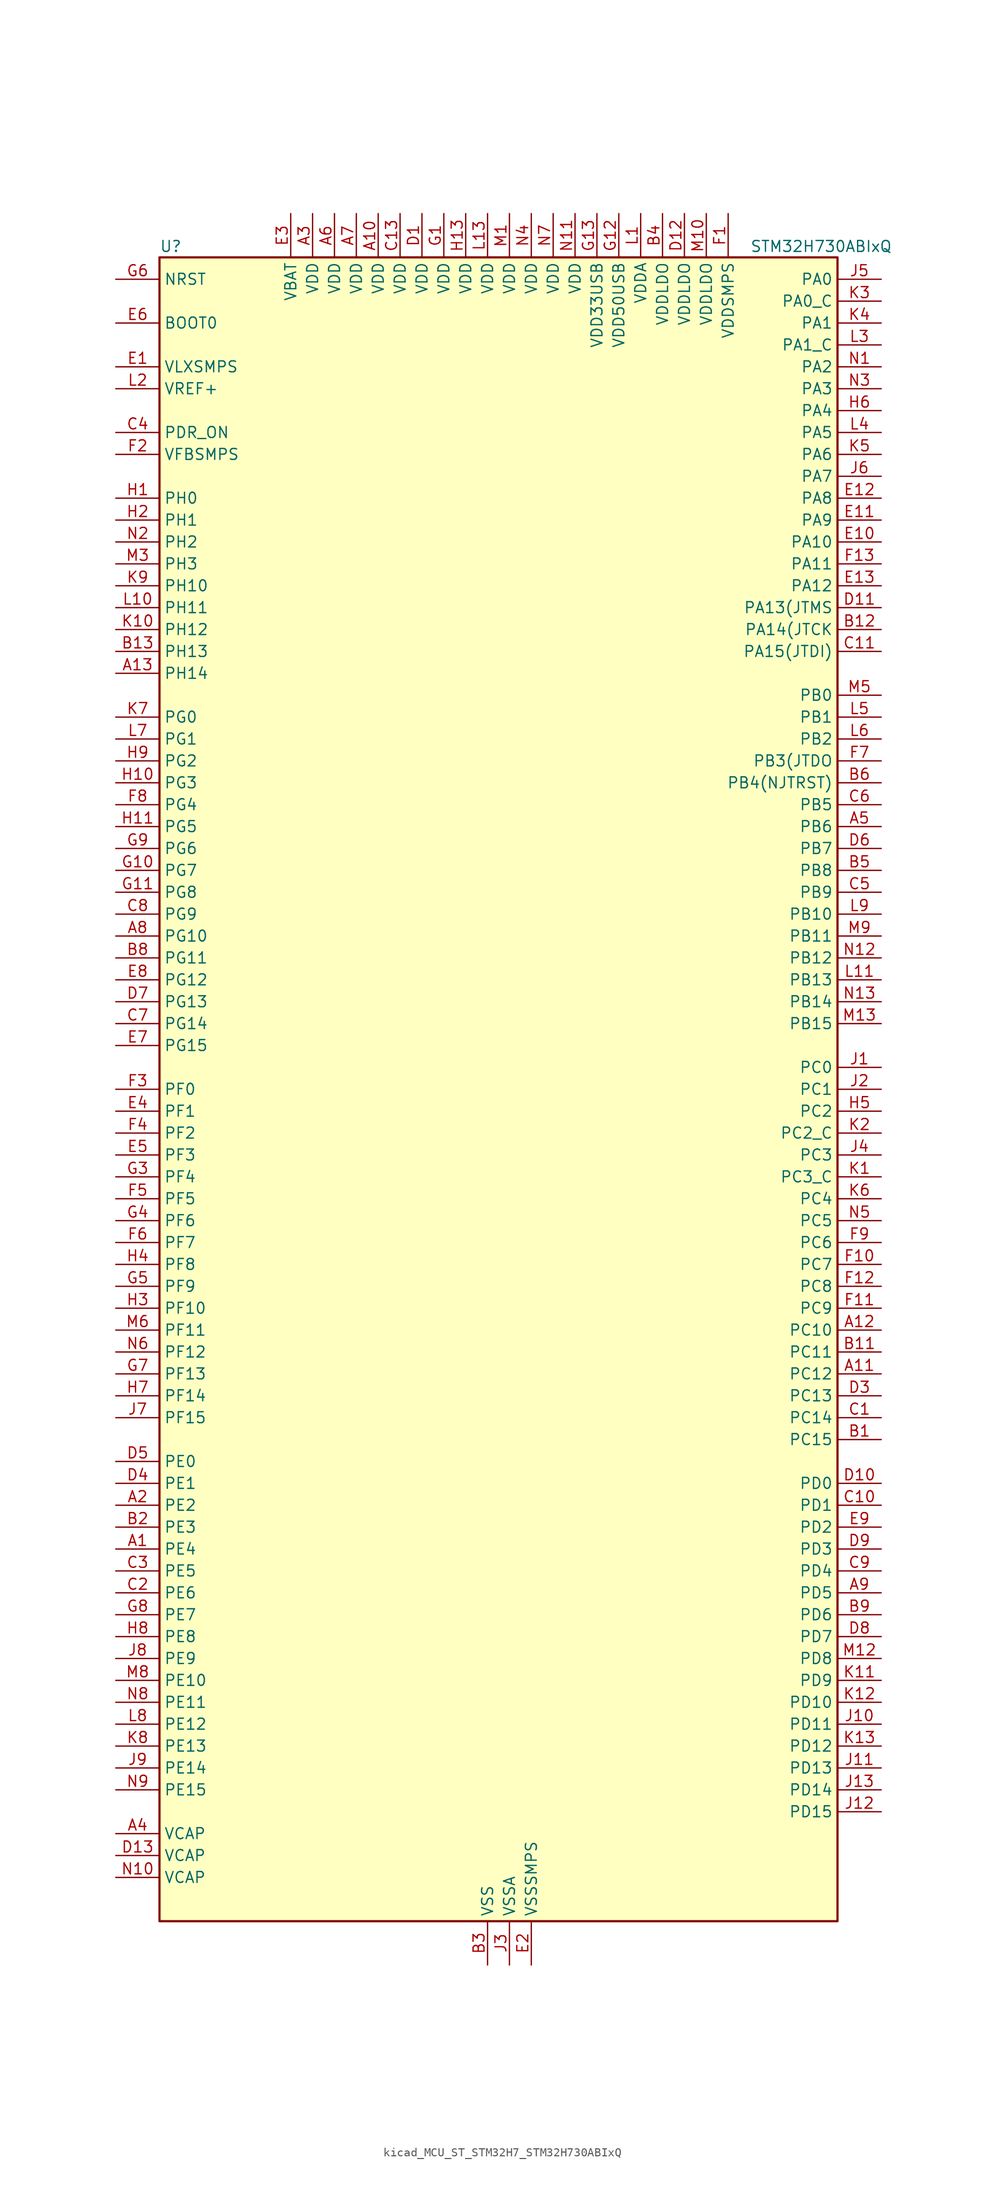
<source format=kicad_sym>
(kicad_symbol_lib
  (version 20220914)
  (generator kicad_symbol_editor)
  (symbol "kicad_MCU_ST_STM32H7_STM32H730ABIxQ"
    (property "Reference" "U"
      (at -38.1 97.79 0)
      (effects (font (size 1.27 1.27)) (justify left)))
    (property "Value" "STM32H730ABIxQ"
      (at 30.48 97.79 0)
      (effects (font (size 1.27 1.27)) (justify left)))
    (property "ki_locked" ""
      (at 0 0 0)
      (effects (font (size 1.27 1.27))))
    (symbol "kicad_MCU_ST_STM32H7_STM32H730ABIxQ_0_1"
      (rectangle (start -38.1 -96.52) (end 40.64 96.52) (stroke (width 0.254) (type default)) (fill (type background))))
    (symbol "kicad_MCU_ST_STM32H7_STM32H730ABIxQ_1_1"
      (pin bidirectional line (at -43.18 -53.34 0) (length 5.08) (name "PE4" (effects (font (size 1.27 1.27)))) (number "A1" (effects (font (size 1.27 1.27)))) (alternate "DCMI_D4" bidirectional line) (alternate "DEBUG_TRACED1" bidirectional line) (alternate "DFSDM1_DATIN3" bidirectional line) (alternate "FMC_A20" bidirectional line) (alternate "LTDC_B0" bidirectional line) (alternate "PSSI_D4" bidirectional line) (alternate "SAI1_D2" bidirectional line) (alternate "SAI1_FS_A" bidirectional line) (alternate "SAI4_D2" bidirectional line) (alternate "SAI4_FS_A" bidirectional line) (alternate "SPI4_NSS" bidirectional line) (alternate "TIM15_CH1N" bidirectional line))
      (pin power_in line (at -12.7 101.6 270) (length 5.08) (name "VDD" (effects (font (size 1.27 1.27)))) (number "A10" (effects (font (size 1.27 1.27)))))
      (pin bidirectional line (at 45.72 -33.02 180) (length 5.08) (name "PC12" (effects (font (size 1.27 1.27)))) (number "A11" (effects (font (size 1.27 1.27)))) (alternate "DCMI_D9" bidirectional line) (alternate "DEBUG_TRACED3" bidirectional line) (alternate "FMC_D6" bidirectional line) (alternate "FMC_DA6" bidirectional line) (alternate "I2C5_SMBA" bidirectional line) (alternate "I2S3_SDO" bidirectional line) (alternate "I2S6_CK" bidirectional line) (alternate "LTDC_R6" bidirectional line) (alternate "PSSI_D9" bidirectional line) (alternate "SDMMC1_CK" bidirectional line) (alternate "SPI3_MOSI" bidirectional line) (alternate "SPI6_SCK" bidirectional line) (alternate "TIM15_CH1" bidirectional line) (alternate "UART5_TX" bidirectional line) (alternate "USART3_CK" bidirectional line))
      (pin bidirectional line (at 45.72 -27.94 180) (length 5.08) (name "PC10" (effects (font (size 1.27 1.27)))) (number "A12" (effects (font (size 1.27 1.27)))) (alternate "DCMI_D8" bidirectional line) (alternate "DFSDM1_CKIN5" bidirectional line) (alternate "I2C5_SDA" bidirectional line) (alternate "I2S3_CK" bidirectional line) (alternate "LTDC_B1" bidirectional line) (alternate "LTDC_R2" bidirectional line) (alternate "OCTOSPIM_P1_IO1" bidirectional line) (alternate "PSSI_D8" bidirectional line) (alternate "SDMMC1_D2" bidirectional line) (alternate "SPI3_SCK" bidirectional line) (alternate "SWPMI1_RX" bidirectional line) (alternate "UART4_TX" bidirectional line) (alternate "USART3_TX" bidirectional line))
      (pin bidirectional line (at -43.18 48.26 0) (length 5.08) (name "PH14" (effects (font (size 1.27 1.27)))) (number "A13" (effects (font (size 1.27 1.27)))) (alternate "DCMI_D4" bidirectional line) (alternate "FDCAN1_RX" bidirectional line) (alternate "FMC_D22" bidirectional line) (alternate "LTDC_G3" bidirectional line) (alternate "PSSI_D4" bidirectional line) (alternate "TIM8_CH2N" bidirectional line) (alternate "UART4_RX" bidirectional line))
      (pin bidirectional line (at -43.18 -48.26 0) (length 5.08) (name "PE2" (effects (font (size 1.27 1.27)))) (number "A2" (effects (font (size 1.27 1.27)))) (alternate "DEBUG_TRACECLK" bidirectional line) (alternate "ETH_TXD3" bidirectional line) (alternate "FMC_A23" bidirectional line) (alternate "OCTOSPIM_P1_IO2" bidirectional line) (alternate "SAI1_CK1" bidirectional line) (alternate "SAI1_MCLK_A" bidirectional line) (alternate "SAI4_CK1" bidirectional line) (alternate "SAI4_MCLK_A" bidirectional line) (alternate "SPI4_SCK" bidirectional line) (alternate "USART10_RX" bidirectional line))
      (pin power_in line (at -20.32 101.6 270) (length 5.08) (name "VDD" (effects (font (size 1.27 1.27)))) (number "A3" (effects (font (size 1.27 1.27)))))
      (pin power_out line (at -43.18 -86.36 0) (length 5.08) (name "VCAP" (effects (font (size 1.27 1.27)))) (number "A4" (effects (font (size 1.27 1.27)))))
      (pin bidirectional line (at 45.72 30.48 180) (length 5.08) (name "PB6" (effects (font (size 1.27 1.27)))) (number "A5" (effects (font (size 1.27 1.27)))) (alternate "CEC" bidirectional line) (alternate "DCMI_D5" bidirectional line) (alternate "DFSDM1_DATIN5" bidirectional line) (alternate "FDCAN2_TX" bidirectional line) (alternate "FMC_SDNE1" bidirectional line) (alternate "I2C1_SCL" bidirectional line) (alternate "I2C4_SCL" bidirectional line) (alternate "LPUART1_TX" bidirectional line) (alternate "OCTOSPIM_P1_NCS" bidirectional line) (alternate "PSSI_D5" bidirectional line) (alternate "TIM16_CH1N" bidirectional line) (alternate "TIM4_CH1" bidirectional line) (alternate "UART5_TX" bidirectional line) (alternate "USART1_TX" bidirectional line))
      (pin power_in line (at -17.78 101.6 270) (length 5.08) (name "VDD" (effects (font (size 1.27 1.27)))) (number "A6" (effects (font (size 1.27 1.27)))))
      (pin power_in line (at -15.24 101.6 270) (length 5.08) (name "VDD" (effects (font (size 1.27 1.27)))) (number "A7" (effects (font (size 1.27 1.27)))))
      (pin bidirectional line (at -43.18 17.78 0) (length 5.08) (name "PG10" (effects (font (size 1.27 1.27)))) (number "A8" (effects (font (size 1.27 1.27)))) (alternate "DCMI_D2" bidirectional line) (alternate "FDCAN3_RX" bidirectional line) (alternate "FMC_NE3" bidirectional line) (alternate "I2S1_WS" bidirectional line) (alternate "LTDC_B2" bidirectional line) (alternate "LTDC_G3" bidirectional line) (alternate "OCTOSPIM_P2_IO6" bidirectional line) (alternate "PSSI_D2" bidirectional line) (alternate "SAI4_SD_B" bidirectional line) (alternate "SDMMC2_D1" bidirectional line) (alternate "SPI1_NSS" bidirectional line))
      (pin bidirectional line (at 45.72 -58.42 180) (length 5.08) (name "PD5" (effects (font (size 1.27 1.27)))) (number "A9" (effects (font (size 1.27 1.27)))) (alternate "FMC_NWE" bidirectional line) (alternate "OCTOSPIM_P1_IO5" bidirectional line) (alternate "USART2_TX" bidirectional line))
      (pin bidirectional line (at 45.72 -40.64 180) (length 5.08) (name "PC15" (effects (font (size 1.27 1.27)))) (number "B1" (effects (font (size 1.27 1.27)))) (alternate "ADC1_EXTI15" bidirectional line) (alternate "ADC2_EXTI15" bidirectional line) (alternate "ADC3_EXTI15" bidirectional line) (alternate "RCC_OSC32_OUT" bidirectional line))
      (pin passive line (at 0 -101.6 90) (length 5.08) hide (name "VSS" (effects (font (size 1.27 1.27)))) (number "B10" (effects (font (size 1.27 1.27)))))
      (pin bidirectional line (at 45.72 -30.48 180) (length 5.08) (name "PC11" (effects (font (size 1.27 1.27)))) (number "B11" (effects (font (size 1.27 1.27)))) (alternate "ADC1_EXTI11" bidirectional line) (alternate "ADC2_EXTI11" bidirectional line) (alternate "ADC3_EXTI11" bidirectional line) (alternate "DCMI_D4" bidirectional line) (alternate "DFSDM1_DATIN5" bidirectional line) (alternate "I2C5_SCL" bidirectional line) (alternate "I2S3_SDI" bidirectional line) (alternate "LTDC_B4" bidirectional line) (alternate "OCTOSPIM_P1_NCS" bidirectional line) (alternate "PSSI_D4" bidirectional line) (alternate "SDMMC1_D3" bidirectional line) (alternate "SPI3_MISO" bidirectional line) (alternate "UART4_RX" bidirectional line) (alternate "USART3_RX" bidirectional line))
      (pin bidirectional line (at 45.72 53.34 180) (length 5.08) (name "PA14(JTCK" (effects (font (size 1.27 1.27)))) (number "B12" (effects (font (size 1.27 1.27)))) (alternate "DEBUG_JTCK-SWCLK" bidirectional line))
      (pin bidirectional line (at -43.18 50.8 0) (length 5.08) (name "PH13" (effects (font (size 1.27 1.27)))) (number "B13" (effects (font (size 1.27 1.27)))) (alternate "FDCAN1_TX" bidirectional line) (alternate "FMC_D21" bidirectional line) (alternate "LTDC_G2" bidirectional line) (alternate "TIM8_CH1N" bidirectional line) (alternate "UART4_TX" bidirectional line))
      (pin bidirectional line (at -43.18 -50.8 0) (length 5.08) (name "PE3" (effects (font (size 1.27 1.27)))) (number "B2" (effects (font (size 1.27 1.27)))) (alternate "DEBUG_TRACED0" bidirectional line) (alternate "FMC_A19" bidirectional line) (alternate "SAI1_SD_B" bidirectional line) (alternate "SAI4_SD_B" bidirectional line) (alternate "TIM15_BKIN" bidirectional line) (alternate "USART10_TX" bidirectional line))
      (pin power_in line (at 0 -101.6 90) (length 5.08) (name "VSS" (effects (font (size 1.27 1.27)))) (number "B3" (effects (font (size 1.27 1.27)))))
      (pin power_in line (at 20.32 101.6 270) (length 5.08) (name "VDDLDO" (effects (font (size 1.27 1.27)))) (number "B4" (effects (font (size 1.27 1.27)))))
      (pin bidirectional line (at 45.72 25.4 180) (length 5.08) (name "PB8" (effects (font (size 1.27 1.27)))) (number "B5" (effects (font (size 1.27 1.27)))) (alternate "DCMI_D6" bidirectional line) (alternate "DFSDM1_CKIN7" bidirectional line) (alternate "ETH_TXD3" bidirectional line) (alternate "FDCAN1_RX" bidirectional line) (alternate "I2C1_SCL" bidirectional line) (alternate "I2C4_SCL" bidirectional line) (alternate "LTDC_B6" bidirectional line) (alternate "PSSI_D6" bidirectional line) (alternate "SDMMC1_CKIN" bidirectional line) (alternate "SDMMC1_D4" bidirectional line) (alternate "SDMMC2_D4" bidirectional line) (alternate "TIM16_CH1" bidirectional line) (alternate "TIM4_CH3" bidirectional line) (alternate "UART4_RX" bidirectional line))
      (pin bidirectional line (at 45.72 35.56 180) (length 5.08) (name "PB4(NJTRST)" (effects (font (size 1.27 1.27)))) (number "B6" (effects (font (size 1.27 1.27)))) (alternate "DEBUG_JTRST" bidirectional line) (alternate "I2S1_SDI" bidirectional line) (alternate "I2S2_WS" bidirectional line) (alternate "I2S3_SDI" bidirectional line) (alternate "I2S6_SDI" bidirectional line) (alternate "SDMMC2_D3" bidirectional line) (alternate "SPI1_MISO" bidirectional line) (alternate "SPI2_NSS" bidirectional line) (alternate "SPI3_MISO" bidirectional line) (alternate "SPI6_MISO" bidirectional line) (alternate "TIM16_BKIN" bidirectional line) (alternate "TIM3_CH1" bidirectional line) (alternate "UART7_TX" bidirectional line))
      (pin passive line (at 0 -101.6 90) (length 5.08) hide (name "VSS" (effects (font (size 1.27 1.27)))) (number "B7" (effects (font (size 1.27 1.27)))))
      (pin bidirectional line (at -43.18 15.24 0) (length 5.08) (name "PG11" (effects (font (size 1.27 1.27)))) (number "B8" (effects (font (size 1.27 1.27)))) (alternate "ADC1_EXTI11" bidirectional line) (alternate "ADC2_EXTI11" bidirectional line) (alternate "ADC3_EXTI11" bidirectional line) (alternate "DCMI_D3" bidirectional line) (alternate "ETH_TX_EN" bidirectional line) (alternate "I2S1_CK" bidirectional line) (alternate "LPTIM1_IN2" bidirectional line) (alternate "LTDC_B3" bidirectional line) (alternate "OCTOSPIM_P2_IO7" bidirectional line) (alternate "PSSI_D3" bidirectional line) (alternate "SDMMC2_D2" bidirectional line) (alternate "SPDIFRX1_IN0" bidirectional line) (alternate "SPI1_SCK" bidirectional line) (alternate "USART10_RX" bidirectional line))
      (pin bidirectional line (at 45.72 -60.96 180) (length 5.08) (name "PD6" (effects (font (size 1.27 1.27)))) (number "B9" (effects (font (size 1.27 1.27)))) (alternate "DCMI_D10" bidirectional line) (alternate "DFSDM1_CKIN4" bidirectional line) (alternate "DFSDM1_DATIN1" bidirectional line) (alternate "FMC_NWAIT" bidirectional line) (alternate "I2S3_SDO" bidirectional line) (alternate "LTDC_B2" bidirectional line) (alternate "OCTOSPIM_P1_IO6" bidirectional line) (alternate "PSSI_D10" bidirectional line) (alternate "SAI1_D1" bidirectional line) (alternate "SAI1_SD_A" bidirectional line) (alternate "SAI4_D1" bidirectional line) (alternate "SAI4_SD_A" bidirectional line) (alternate "SDMMC2_CK" bidirectional line) (alternate "SPI3_MOSI" bidirectional line) (alternate "USART2_RX" bidirectional line))
      (pin bidirectional line (at 45.72 -38.1 180) (length 5.08) (name "PC14" (effects (font (size 1.27 1.27)))) (number "C1" (effects (font (size 1.27 1.27)))) (alternate "RCC_OSC32_IN" bidirectional line))
      (pin bidirectional line (at 45.72 -48.26 180) (length 5.08) (name "PD1" (effects (font (size 1.27 1.27)))) (number "C10" (effects (font (size 1.27 1.27)))) (alternate "DFSDM1_DATIN6" bidirectional line) (alternate "FDCAN1_TX" bidirectional line) (alternate "FMC_D3" bidirectional line) (alternate "FMC_DA3" bidirectional line) (alternate "UART4_TX" bidirectional line))
      (pin bidirectional line (at 45.72 50.8 180) (length 5.08) (name "PA15(JTDI)" (effects (font (size 1.27 1.27)))) (number "C11" (effects (font (size 1.27 1.27)))) (alternate "ADC1_EXTI15" bidirectional line) (alternate "ADC2_EXTI15" bidirectional line) (alternate "ADC3_EXTI15" bidirectional line) (alternate "CEC" bidirectional line) (alternate "DEBUG_JTDI" bidirectional line) (alternate "I2S1_WS" bidirectional line) (alternate "I2S3_WS" bidirectional line) (alternate "I2S6_WS" bidirectional line) (alternate "LTDC_B6" bidirectional line) (alternate "LTDC_R3" bidirectional line) (alternate "SPI1_NSS" bidirectional line) (alternate "SPI3_NSS" bidirectional line) (alternate "SPI6_NSS" bidirectional line) (alternate "TIM2_CH1" bidirectional line) (alternate "TIM2_ETR" bidirectional line) (alternate "UART4_DE" bidirectional line) (alternate "UART4_RTS" bidirectional line) (alternate "UART7_TX" bidirectional line))
      (pin passive line (at 0 -101.6 90) (length 5.08) hide (name "VSS" (effects (font (size 1.27 1.27)))) (number "C12" (effects (font (size 1.27 1.27)))))
      (pin power_in line (at -10.16 101.6 270) (length 5.08) (name "VDD" (effects (font (size 1.27 1.27)))) (number "C13" (effects (font (size 1.27 1.27)))))
      (pin bidirectional line (at -43.18 -58.42 0) (length 5.08) (name "PE6" (effects (font (size 1.27 1.27)))) (number "C2" (effects (font (size 1.27 1.27)))) (alternate "DCMI_D7" bidirectional line) (alternate "DEBUG_TRACED3" bidirectional line) (alternate "FMC_A22" bidirectional line) (alternate "LTDC_G1" bidirectional line) (alternate "PSSI_D7" bidirectional line) (alternate "SAI1_D1" bidirectional line) (alternate "SAI1_SD_A" bidirectional line) (alternate "SAI4_D1" bidirectional line) (alternate "SAI4_MCLK_B" bidirectional line) (alternate "SAI4_SD_A" bidirectional line) (alternate "SPI4_MOSI" bidirectional line) (alternate "TIM15_CH2" bidirectional line) (alternate "TIM1_BKIN2" bidirectional line) (alternate "TIM1_BKIN2_COMP1" bidirectional line) (alternate "TIM1_BKIN2_COMP2" bidirectional line))
      (pin bidirectional line (at -43.18 -55.88 0) (length 5.08) (name "PE5" (effects (font (size 1.27 1.27)))) (number "C3" (effects (font (size 1.27 1.27)))) (alternate "DCMI_D6" bidirectional line) (alternate "DEBUG_TRACED2" bidirectional line) (alternate "DFSDM1_CKIN3" bidirectional line) (alternate "FMC_A21" bidirectional line) (alternate "LTDC_G0" bidirectional line) (alternate "PSSI_D6" bidirectional line) (alternate "SAI1_CK2" bidirectional line) (alternate "SAI1_SCK_A" bidirectional line) (alternate "SAI4_CK2" bidirectional line) (alternate "SAI4_SCK_A" bidirectional line) (alternate "SPI4_MISO" bidirectional line) (alternate "TIM15_CH1" bidirectional line))
      (pin input line (at -43.18 76.2 0) (length 5.08) (name "PDR_ON" (effects (font (size 1.27 1.27)))) (number "C4" (effects (font (size 1.27 1.27)))))
      (pin bidirectional line (at 45.72 22.86 180) (length 5.08) (name "PB9" (effects (font (size 1.27 1.27)))) (number "C5" (effects (font (size 1.27 1.27)))) (alternate "DAC1_EXTI9" bidirectional line) (alternate "DCMI_D7" bidirectional line) (alternate "DFSDM1_DATIN7" bidirectional line) (alternate "FDCAN1_TX" bidirectional line) (alternate "I2C1_SDA" bidirectional line) (alternate "I2C4_SDA" bidirectional line) (alternate "I2C4_SMBA" bidirectional line) (alternate "I2S2_WS" bidirectional line) (alternate "LTDC_B7" bidirectional line) (alternate "PSSI_D7" bidirectional line) (alternate "SDMMC1_CDIR" bidirectional line) (alternate "SDMMC1_D5" bidirectional line) (alternate "SDMMC2_D5" bidirectional line) (alternate "SPI2_NSS" bidirectional line) (alternate "TIM17_CH1" bidirectional line) (alternate "TIM4_CH4" bidirectional line) (alternate "UART4_TX" bidirectional line))
      (pin bidirectional line (at 45.72 33.02 180) (length 5.08) (name "PB5" (effects (font (size 1.27 1.27)))) (number "C6" (effects (font (size 1.27 1.27)))) (alternate "DCMI_D10" bidirectional line) (alternate "ETH_PPS_OUT" bidirectional line) (alternate "FDCAN2_RX" bidirectional line) (alternate "FMC_SDCKE1" bidirectional line) (alternate "I2C1_SMBA" bidirectional line) (alternate "I2C4_SMBA" bidirectional line) (alternate "I2S1_SDO" bidirectional line) (alternate "I2S3_SDO" bidirectional line) (alternate "I2S6_SDO" bidirectional line) (alternate "LTDC_B5" bidirectional line) (alternate "PSSI_D10" bidirectional line) (alternate "SPI1_MOSI" bidirectional line) (alternate "SPI3_MOSI" bidirectional line) (alternate "SPI6_MOSI" bidirectional line) (alternate "TIM17_BKIN" bidirectional line) (alternate "TIM3_CH2" bidirectional line) (alternate "UART5_RX" bidirectional line) (alternate "USB_OTG_HS_ULPI_D7" bidirectional line))
      (pin bidirectional line (at -43.18 7.62 0) (length 5.08) (name "PG14" (effects (font (size 1.27 1.27)))) (number "C7" (effects (font (size 1.27 1.27)))) (alternate "DEBUG_TRACED1" bidirectional line) (alternate "ETH_TXD1" bidirectional line) (alternate "FMC_A25" bidirectional line) (alternate "I2S6_SDO" bidirectional line) (alternate "LPTIM1_ETR" bidirectional line) (alternate "LTDC_B0" bidirectional line) (alternate "OCTOSPIM_P1_IO7" bidirectional line) (alternate "SDMMC2_D7" bidirectional line) (alternate "SPI6_MOSI" bidirectional line) (alternate "TIM23_CH3" bidirectional line) (alternate "USART10_DE" bidirectional line) (alternate "USART10_RTS" bidirectional line) (alternate "USART6_TX" bidirectional line))
      (pin bidirectional line (at -43.18 20.32 0) (length 5.08) (name "PG9" (effects (font (size 1.27 1.27)))) (number "C8" (effects (font (size 1.27 1.27)))) (alternate "DAC1_EXTI9" bidirectional line) (alternate "DCMI_VSYNC" bidirectional line) (alternate "FDCAN3_TX" bidirectional line) (alternate "FMC_NCE" bidirectional line) (alternate "FMC_NE2" bidirectional line) (alternate "I2S1_SDI" bidirectional line) (alternate "OCTOSPIM_P1_IO6" bidirectional line) (alternate "PSSI_RDY" bidirectional line) (alternate "SAI4_FS_B" bidirectional line) (alternate "SDMMC2_D0" bidirectional line) (alternate "SPDIFRX1_IN3" bidirectional line) (alternate "SPI1_MISO" bidirectional line) (alternate "USART6_RX" bidirectional line))
      (pin bidirectional line (at 45.72 -55.88 180) (length 5.08) (name "PD4" (effects (font (size 1.27 1.27)))) (number "C9" (effects (font (size 1.27 1.27)))) (alternate "FMC_NOE" bidirectional line) (alternate "OCTOSPIM_P1_IO4" bidirectional line) (alternate "USART2_DE" bidirectional line) (alternate "USART2_RTS" bidirectional line))
      (pin power_in line (at -7.62 101.6 270) (length 5.08) (name "VDD" (effects (font (size 1.27 1.27)))) (number "D1" (effects (font (size 1.27 1.27)))))
      (pin bidirectional line (at 45.72 -45.72 180) (length 5.08) (name "PD0" (effects (font (size 1.27 1.27)))) (number "D10" (effects (font (size 1.27 1.27)))) (alternate "DFSDM1_CKIN6" bidirectional line) (alternate "FDCAN1_RX" bidirectional line) (alternate "FMC_D2" bidirectional line) (alternate "FMC_DA2" bidirectional line) (alternate "LTDC_B1" bidirectional line) (alternate "UART4_RX" bidirectional line) (alternate "UART9_CTS" bidirectional line))
      (pin bidirectional line (at 45.72 55.88 180) (length 5.08) (name "PA13(JTMS" (effects (font (size 1.27 1.27)))) (number "D11" (effects (font (size 1.27 1.27)))) (alternate "DEBUG_JTMS-SWDIO" bidirectional line))
      (pin power_in line (at 22.86 101.6 270) (length 5.08) (name "VDDLDO" (effects (font (size 1.27 1.27)))) (number "D12" (effects (font (size 1.27 1.27)))))
      (pin power_out line (at -43.18 -88.9 0) (length 5.08) (name "VCAP" (effects (font (size 1.27 1.27)))) (number "D13" (effects (font (size 1.27 1.27)))))
      (pin passive line (at 0 -101.6 90) (length 5.08) hide (name "VSS" (effects (font (size 1.27 1.27)))) (number "D2" (effects (font (size 1.27 1.27)))))
      (pin bidirectional line (at 45.72 -35.56 180) (length 5.08) (name "PC13" (effects (font (size 1.27 1.27)))) (number "D3" (effects (font (size 1.27 1.27)))) (alternate "PWR_WKUP4" bidirectional line) (alternate "RTC_OUT_ALARM" bidirectional line) (alternate "RTC_OUT_CALIB" bidirectional line) (alternate "RTC_TAMP1" bidirectional line) (alternate "RTC_TS" bidirectional line))
      (pin bidirectional line (at -43.18 -45.72 0) (length 5.08) (name "PE1" (effects (font (size 1.27 1.27)))) (number "D4" (effects (font (size 1.27 1.27)))) (alternate "DCMI_D3" bidirectional line) (alternate "FMC_NBL1" bidirectional line) (alternate "LPTIM1_IN2" bidirectional line) (alternate "LTDC_R6" bidirectional line) (alternate "PSSI_D3" bidirectional line) (alternate "UART8_TX" bidirectional line))
      (pin bidirectional line (at -43.18 -43.18 0) (length 5.08) (name "PE0" (effects (font (size 1.27 1.27)))) (number "D5" (effects (font (size 1.27 1.27)))) (alternate "DCMI_D2" bidirectional line) (alternate "FMC_NBL0" bidirectional line) (alternate "LPTIM1_ETR" bidirectional line) (alternate "LPTIM2_ETR" bidirectional line) (alternate "LTDC_R0" bidirectional line) (alternate "PSSI_D2" bidirectional line) (alternate "SAI4_MCLK_A" bidirectional line) (alternate "TIM4_ETR" bidirectional line) (alternate "UART8_RX" bidirectional line))
      (pin bidirectional line (at 45.72 27.94 180) (length 5.08) (name "PB7" (effects (font (size 1.27 1.27)))) (number "D6" (effects (font (size 1.27 1.27)))) (alternate "DCMI_VSYNC" bidirectional line) (alternate "DFSDM1_CKIN5" bidirectional line) (alternate "FMC_NL" bidirectional line) (alternate "I2C1_SDA" bidirectional line) (alternate "I2C4_SDA" bidirectional line) (alternate "LPUART1_RX" bidirectional line) (alternate "PSSI_RDY" bidirectional line) (alternate "PWR_PVD_IN" bidirectional line) (alternate "TIM17_CH1N" bidirectional line) (alternate "TIM4_CH2" bidirectional line) (alternate "USART1_RX" bidirectional line))
      (pin bidirectional line (at -43.18 10.16 0) (length 5.08) (name "PG13" (effects (font (size 1.27 1.27)))) (number "D7" (effects (font (size 1.27 1.27)))) (alternate "DEBUG_TRACED0" bidirectional line) (alternate "ETH_TXD0" bidirectional line) (alternate "FMC_A24" bidirectional line) (alternate "I2S6_CK" bidirectional line) (alternate "LPTIM1_OUT" bidirectional line) (alternate "LTDC_R0" bidirectional line) (alternate "SDMMC2_D6" bidirectional line) (alternate "SPI6_SCK" bidirectional line) (alternate "TIM23_CH2" bidirectional line) (alternate "USART10_CTS" bidirectional line) (alternate "USART10_NSS" bidirectional line) (alternate "USART6_CTS" bidirectional line) (alternate "USART6_NSS" bidirectional line))
      (pin bidirectional line (at 45.72 -63.5 180) (length 5.08) (name "PD7" (effects (font (size 1.27 1.27)))) (number "D8" (effects (font (size 1.27 1.27)))) (alternate "DFSDM1_CKIN1" bidirectional line) (alternate "DFSDM1_DATIN4" bidirectional line) (alternate "FMC_NE1" bidirectional line) (alternate "I2S1_SDO" bidirectional line) (alternate "OCTOSPIM_P1_IO7" bidirectional line) (alternate "SDMMC2_CMD" bidirectional line) (alternate "SPDIFRX1_IN0" bidirectional line) (alternate "SPI1_MOSI" bidirectional line) (alternate "USART2_CK" bidirectional line))
      (pin bidirectional line (at 45.72 -53.34 180) (length 5.08) (name "PD3" (effects (font (size 1.27 1.27)))) (number "D9" (effects (font (size 1.27 1.27)))) (alternate "DCMI_D5" bidirectional line) (alternate "DFSDM1_CKOUT" bidirectional line) (alternate "FMC_CLK" bidirectional line) (alternate "I2S2_CK" bidirectional line) (alternate "LTDC_G7" bidirectional line) (alternate "PSSI_D5" bidirectional line) (alternate "SPI2_SCK" bidirectional line) (alternate "USART2_CTS" bidirectional line) (alternate "USART2_NSS" bidirectional line))
      (pin power_in line (at -43.18 83.82 0) (length 5.08) (name "VLXSMPS" (effects (font (size 1.27 1.27)))) (number "E1" (effects (font (size 1.27 1.27)))))
      (pin bidirectional line (at 45.72 63.5 180) (length 5.08) (name "PA10" (effects (font (size 1.27 1.27)))) (number "E10" (effects (font (size 1.27 1.27)))) (alternate "DCMI_D1" bidirectional line) (alternate "LPUART1_RX" bidirectional line) (alternate "LTDC_B1" bidirectional line) (alternate "LTDC_B4" bidirectional line) (alternate "MDIOS_MDIO" bidirectional line) (alternate "PSSI_D1" bidirectional line) (alternate "TIM1_CH3" bidirectional line) (alternate "USART1_RX" bidirectional line) (alternate "USB_OTG_HS_ID" bidirectional line))
      (pin bidirectional line (at 45.72 66.04 180) (length 5.08) (name "PA9" (effects (font (size 1.27 1.27)))) (number "E11" (effects (font (size 1.27 1.27)))) (alternate "DAC1_EXTI9" bidirectional line) (alternate "DCMI_D0" bidirectional line) (alternate "ETH_TX_ER" bidirectional line) (alternate "I2C3_SMBA" bidirectional line) (alternate "I2C5_SMBA" bidirectional line) (alternate "I2S2_CK" bidirectional line) (alternate "LPUART1_TX" bidirectional line) (alternate "LTDC_R5" bidirectional line) (alternate "PSSI_D0" bidirectional line) (alternate "SPI2_SCK" bidirectional line) (alternate "TIM1_CH2" bidirectional line) (alternate "USART1_TX" bidirectional line) (alternate "USB_OTG_HS_VBUS" bidirectional line))
      (pin bidirectional line (at 45.72 68.58 180) (length 5.08) (name "PA8" (effects (font (size 1.27 1.27)))) (number "E12" (effects (font (size 1.27 1.27)))) (alternate "I2C3_SCL" bidirectional line) (alternate "I2C5_SCL" bidirectional line) (alternate "LTDC_B3" bidirectional line) (alternate "LTDC_R6" bidirectional line) (alternate "RCC_MCO_1" bidirectional line) (alternate "TIM1_CH1" bidirectional line) (alternate "TIM8_BKIN2" bidirectional line) (alternate "TIM8_BKIN2_COMP1" bidirectional line) (alternate "TIM8_BKIN2_COMP2" bidirectional line) (alternate "UART7_RX" bidirectional line) (alternate "USART1_CK" bidirectional line) (alternate "USB_OTG_HS_SOF" bidirectional line))
      (pin bidirectional line (at 45.72 58.42 180) (length 5.08) (name "PA12" (effects (font (size 1.27 1.27)))) (number "E13" (effects (font (size 1.27 1.27)))) (alternate "FDCAN1_TX" bidirectional line) (alternate "I2S2_CK" bidirectional line) (alternate "LPUART1_DE" bidirectional line) (alternate "LPUART1_RTS" bidirectional line) (alternate "LTDC_R5" bidirectional line) (alternate "SAI4_FS_B" bidirectional line) (alternate "SPI2_SCK" bidirectional line) (alternate "TIM1_BKIN2" bidirectional line) (alternate "TIM1_ETR" bidirectional line) (alternate "UART4_TX" bidirectional line) (alternate "USART1_DE" bidirectional line) (alternate "USART1_RTS" bidirectional line) (alternate "USB_OTG_HS_DP" bidirectional line))
      (pin power_in line (at 5.08 -101.6 90) (length 5.08) (name "VSSSMPS" (effects (font (size 1.27 1.27)))) (number "E2" (effects (font (size 1.27 1.27)))))
      (pin power_in line (at -22.86 101.6 270) (length 5.08) (name "VBAT" (effects (font (size 1.27 1.27)))) (number "E3" (effects (font (size 1.27 1.27)))))
      (pin bidirectional line (at -43.18 -2.54 0) (length 5.08) (name "PF1" (effects (font (size 1.27 1.27)))) (number "E4" (effects (font (size 1.27 1.27)))) (alternate "FMC_A1" bidirectional line) (alternate "I2C2_SCL" bidirectional line) (alternate "I2C5_SCL" bidirectional line) (alternate "OCTOSPIM_P2_IO1" bidirectional line) (alternate "TIM23_CH2" bidirectional line))
      (pin bidirectional line (at -43.18 -7.62 0) (length 5.08) (name "PF3" (effects (font (size 1.27 1.27)))) (number "E5" (effects (font (size 1.27 1.27)))) (alternate "ADC3_INP5" bidirectional line) (alternate "FMC_A3" bidirectional line) (alternate "OCTOSPIM_P2_IO3" bidirectional line) (alternate "TIM23_CH4" bidirectional line))
      (pin input line (at -43.18 88.9 0) (length 5.08) (name "BOOT0" (effects (font (size 1.27 1.27)))) (number "E6" (effects (font (size 1.27 1.27)))))
      (pin bidirectional line (at -43.18 5.08 0) (length 5.08) (name "PG15" (effects (font (size 1.27 1.27)))) (number "E7" (effects (font (size 1.27 1.27)))) (alternate "ADC1_EXTI15" bidirectional line) (alternate "ADC2_EXTI15" bidirectional line) (alternate "ADC3_EXTI15" bidirectional line) (alternate "DCMI_D13" bidirectional line) (alternate "FMC_SDNCAS" bidirectional line) (alternate "OCTOSPIM_P2_DQS" bidirectional line) (alternate "PSSI_D13" bidirectional line) (alternate "USART10_CK" bidirectional line) (alternate "USART6_CTS" bidirectional line) (alternate "USART6_NSS" bidirectional line))
      (pin bidirectional line (at -43.18 12.7 0) (length 5.08) (name "PG12" (effects (font (size 1.27 1.27)))) (number "E8" (effects (font (size 1.27 1.27)))) (alternate "ETH_TXD1" bidirectional line) (alternate "FMC_NE4" bidirectional line) (alternate "I2S6_SDI" bidirectional line) (alternate "LPTIM1_IN1" bidirectional line) (alternate "LTDC_B1" bidirectional line) (alternate "LTDC_B4" bidirectional line) (alternate "OCTOSPIM_P2_NCS" bidirectional line) (alternate "SDMMC2_D3" bidirectional line) (alternate "SPDIFRX1_IN1" bidirectional line) (alternate "SPI6_MISO" bidirectional line) (alternate "TIM23_CH1" bidirectional line) (alternate "USART10_TX" bidirectional line) (alternate "USART6_DE" bidirectional line) (alternate "USART6_RTS" bidirectional line))
      (pin bidirectional line (at 45.72 -50.8 180) (length 5.08) (name "PD2" (effects (font (size 1.27 1.27)))) (number "E9" (effects (font (size 1.27 1.27)))) (alternate "DCMI_D11" bidirectional line) (alternate "DEBUG_TRACED2" bidirectional line) (alternate "FMC_D7" bidirectional line) (alternate "FMC_DA7" bidirectional line) (alternate "LTDC_B2" bidirectional line) (alternate "LTDC_B7" bidirectional line) (alternate "PSSI_D11" bidirectional line) (alternate "SDMMC1_CMD" bidirectional line) (alternate "TIM15_BKIN" bidirectional line) (alternate "TIM3_ETR" bidirectional line) (alternate "UART5_RX" bidirectional line))
      (pin power_in line (at 27.94 101.6 270) (length 5.08) (name "VDDSMPS" (effects (font (size 1.27 1.27)))) (number "F1" (effects (font (size 1.27 1.27)))))
      (pin bidirectional line (at 45.72 -20.32 180) (length 5.08) (name "PC7" (effects (font (size 1.27 1.27)))) (number "F10" (effects (font (size 1.27 1.27)))) (alternate "DCMI_D1" bidirectional line) (alternate "DEBUG_TRGIO" bidirectional line) (alternate "DFSDM1_DATIN3" bidirectional line) (alternate "FMC_NE1" bidirectional line) (alternate "I2S3_MCK" bidirectional line) (alternate "LTDC_G6" bidirectional line) (alternate "PSSI_D1" bidirectional line) (alternate "SDMMC1_D123DIR" bidirectional line) (alternate "SDMMC1_D7" bidirectional line) (alternate "SDMMC2_D7" bidirectional line) (alternate "SWPMI1_TX" bidirectional line) (alternate "TIM3_CH2" bidirectional line) (alternate "TIM8_CH2" bidirectional line) (alternate "USART6_RX" bidirectional line))
      (pin bidirectional line (at 45.72 -25.4 180) (length 5.08) (name "PC9" (effects (font (size 1.27 1.27)))) (number "F11" (effects (font (size 1.27 1.27)))) (alternate "DAC1_EXTI9" bidirectional line) (alternate "DCMI_D3" bidirectional line) (alternate "I2C3_SDA" bidirectional line) (alternate "I2C5_SDA" bidirectional line) (alternate "I2S_CKIN" bidirectional line) (alternate "LTDC_B2" bidirectional line) (alternate "LTDC_G3" bidirectional line) (alternate "OCTOSPIM_P1_IO0" bidirectional line) (alternate "PSSI_D3" bidirectional line) (alternate "RCC_MCO_2" bidirectional line) (alternate "SDMMC1_D1" bidirectional line) (alternate "SWPMI1_SUSPEND" bidirectional line) (alternate "TIM3_CH4" bidirectional line) (alternate "TIM8_CH4" bidirectional line) (alternate "UART5_CTS" bidirectional line))
      (pin bidirectional line (at 45.72 -22.86 180) (length 5.08) (name "PC8" (effects (font (size 1.27 1.27)))) (number "F12" (effects (font (size 1.27 1.27)))) (alternate "DCMI_D2" bidirectional line) (alternate "DEBUG_TRACED1" bidirectional line) (alternate "FMC_INT" bidirectional line) (alternate "FMC_NCE" bidirectional line) (alternate "FMC_NE2" bidirectional line) (alternate "PSSI_D2" bidirectional line) (alternate "SDMMC1_D0" bidirectional line) (alternate "SWPMI1_RX" bidirectional line) (alternate "TIM3_CH3" bidirectional line) (alternate "TIM8_CH3" bidirectional line) (alternate "UART5_DE" bidirectional line) (alternate "UART5_RTS" bidirectional line) (alternate "USART6_CK" bidirectional line))
      (pin bidirectional line (at 45.72 60.96 180) (length 5.08) (name "PA11" (effects (font (size 1.27 1.27)))) (number "F13" (effects (font (size 1.27 1.27)))) (alternate "ADC1_EXTI11" bidirectional line) (alternate "ADC2_EXTI11" bidirectional line) (alternate "ADC3_EXTI11" bidirectional line) (alternate "FDCAN1_RX" bidirectional line) (alternate "I2S2_WS" bidirectional line) (alternate "LPUART1_CTS" bidirectional line) (alternate "LTDC_R4" bidirectional line) (alternate "SPI2_NSS" bidirectional line) (alternate "TIM1_CH4" bidirectional line) (alternate "UART4_RX" bidirectional line) (alternate "USART1_CTS" bidirectional line) (alternate "USART1_NSS" bidirectional line) (alternate "USB_OTG_HS_DM" bidirectional line))
      (pin input line (at -43.18 73.66 0) (length 5.08) (name "VFBSMPS" (effects (font (size 1.27 1.27)))) (number "F2" (effects (font (size 1.27 1.27)))))
      (pin bidirectional line (at -43.18 0 0) (length 5.08) (name "PF0" (effects (font (size 1.27 1.27)))) (number "F3" (effects (font (size 1.27 1.27)))) (alternate "FMC_A0" bidirectional line) (alternate "I2C2_SDA" bidirectional line) (alternate "I2C5_SDA" bidirectional line) (alternate "OCTOSPIM_P2_IO0" bidirectional line) (alternate "TIM23_CH1" bidirectional line))
      (pin bidirectional line (at -43.18 -5.08 0) (length 5.08) (name "PF2" (effects (font (size 1.27 1.27)))) (number "F4" (effects (font (size 1.27 1.27)))) (alternate "FMC_A2" bidirectional line) (alternate "I2C2_SMBA" bidirectional line) (alternate "I2C5_SMBA" bidirectional line) (alternate "OCTOSPIM_P2_IO2" bidirectional line) (alternate "TIM23_CH3" bidirectional line))
      (pin bidirectional line (at -43.18 -12.7 0) (length 5.08) (name "PF5" (effects (font (size 1.27 1.27)))) (number "F5" (effects (font (size 1.27 1.27)))) (alternate "ADC3_INP4" bidirectional line) (alternate "FMC_A5" bidirectional line) (alternate "OCTOSPIM_P2_NCLK" bidirectional line))
      (pin bidirectional line (at -43.18 -17.78 0) (length 5.08) (name "PF7" (effects (font (size 1.27 1.27)))) (number "F6" (effects (font (size 1.27 1.27)))) (alternate "ADC3_INP3" bidirectional line) (alternate "FDCAN3_TX" bidirectional line) (alternate "OCTOSPIM_P1_IO2" bidirectional line) (alternate "SAI1_MCLK_B" bidirectional line) (alternate "SAI4_MCLK_B" bidirectional line) (alternate "SPI5_SCK" bidirectional line) (alternate "TIM17_CH1" bidirectional line) (alternate "TIM23_CH2" bidirectional line) (alternate "UART7_TX" bidirectional line))
      (pin bidirectional line (at 45.72 38.1 180) (length 5.08) (name "PB3(JTDO" (effects (font (size 1.27 1.27)))) (number "F7" (effects (font (size 1.27 1.27)))) (alternate "CRS_SYNC" bidirectional line) (alternate "DEBUG_JTDO-SWO" bidirectional line) (alternate "I2S1_CK" bidirectional line) (alternate "I2S3_CK" bidirectional line) (alternate "I2S6_CK" bidirectional line) (alternate "SDMMC2_D2" bidirectional line) (alternate "SPI1_SCK" bidirectional line) (alternate "SPI3_SCK" bidirectional line) (alternate "SPI6_SCK" bidirectional line) (alternate "TIM24_ETR" bidirectional line) (alternate "TIM2_CH2" bidirectional line) (alternate "UART7_RX" bidirectional line))
      (pin bidirectional line (at -43.18 33.02 0) (length 5.08) (name "PG4" (effects (font (size 1.27 1.27)))) (number "F8" (effects (font (size 1.27 1.27)))) (alternate "FMC_A14" bidirectional line) (alternate "FMC_BA0" bidirectional line) (alternate "TIM1_BKIN2" bidirectional line) (alternate "TIM1_BKIN2_COMP1" bidirectional line) (alternate "TIM1_BKIN2_COMP2" bidirectional line))
      (pin bidirectional line (at 45.72 -17.78 180) (length 5.08) (name "PC6" (effects (font (size 1.27 1.27)))) (number "F9" (effects (font (size 1.27 1.27)))) (alternate "DCMI_D0" bidirectional line) (alternate "DFSDM1_CKIN3" bidirectional line) (alternate "FMC_NWAIT" bidirectional line) (alternate "I2S2_MCK" bidirectional line) (alternate "LTDC_HSYNC" bidirectional line) (alternate "PSSI_D0" bidirectional line) (alternate "SDMMC1_D0DIR" bidirectional line) (alternate "SDMMC1_D6" bidirectional line) (alternate "SDMMC2_D6" bidirectional line) (alternate "SWPMI1_IO" bidirectional line) (alternate "TIM3_CH1" bidirectional line) (alternate "TIM8_CH1" bidirectional line) (alternate "USART6_TX" bidirectional line))
      (pin power_in line (at -5.08 101.6 270) (length 5.08) (name "VDD" (effects (font (size 1.27 1.27)))) (number "G1" (effects (font (size 1.27 1.27)))))
      (pin bidirectional line (at -43.18 25.4 0) (length 5.08) (name "PG7" (effects (font (size 1.27 1.27)))) (number "G10" (effects (font (size 1.27 1.27)))) (alternate "DCMI_D13" bidirectional line) (alternate "FMC_INT" bidirectional line) (alternate "LTDC_CLK" bidirectional line) (alternate "OCTOSPIM_P2_DQS" bidirectional line) (alternate "PSSI_D13" bidirectional line) (alternate "SAI1_MCLK_A" bidirectional line) (alternate "USART6_CK" bidirectional line))
      (pin bidirectional line (at -43.18 22.86 0) (length 5.08) (name "PG8" (effects (font (size 1.27 1.27)))) (number "G11" (effects (font (size 1.27 1.27)))) (alternate "ETH_PPS_OUT" bidirectional line) (alternate "FMC_SDCLK" bidirectional line) (alternate "I2S6_WS" bidirectional line) (alternate "LTDC_G7" bidirectional line) (alternate "SPDIFRX1_IN2" bidirectional line) (alternate "SPI6_NSS" bidirectional line) (alternate "TIM8_ETR" bidirectional line) (alternate "USART6_DE" bidirectional line) (alternate "USART6_RTS" bidirectional line))
      (pin power_in line (at 15.24 101.6 270) (length 5.08) (name "VDD50USB" (effects (font (size 1.27 1.27)))) (number "G12" (effects (font (size 1.27 1.27)))))
      (pin power_in line (at 12.7 101.6 270) (length 5.08) (name "VDD33USB" (effects (font (size 1.27 1.27)))) (number "G13" (effects (font (size 1.27 1.27)))))
      (pin passive line (at 0 -101.6 90) (length 5.08) hide (name "VSS" (effects (font (size 1.27 1.27)))) (number "G2" (effects (font (size 1.27 1.27)))))
      (pin bidirectional line (at -43.18 -10.16 0) (length 5.08) (name "PF4" (effects (font (size 1.27 1.27)))) (number "G3" (effects (font (size 1.27 1.27)))) (alternate "ADC3_INN5" bidirectional line) (alternate "ADC3_INP9" bidirectional line) (alternate "FMC_A4" bidirectional line) (alternate "OCTOSPIM_P2_CLK" bidirectional line))
      (pin bidirectional line (at -43.18 -15.24 0) (length 5.08) (name "PF6" (effects (font (size 1.27 1.27)))) (number "G4" (effects (font (size 1.27 1.27)))) (alternate "ADC3_INN4" bidirectional line) (alternate "ADC3_INP8" bidirectional line) (alternate "FDCAN3_RX" bidirectional line) (alternate "OCTOSPIM_P1_IO3" bidirectional line) (alternate "SAI1_SD_B" bidirectional line) (alternate "SAI4_SD_B" bidirectional line) (alternate "SPI5_NSS" bidirectional line) (alternate "TIM16_CH1" bidirectional line) (alternate "TIM23_CH1" bidirectional line) (alternate "UART7_RX" bidirectional line))
      (pin bidirectional line (at -43.18 -22.86 0) (length 5.08) (name "PF9" (effects (font (size 1.27 1.27)))) (number "G5" (effects (font (size 1.27 1.27)))) (alternate "ADC3_INP2" bidirectional line) (alternate "DAC1_EXTI9" bidirectional line) (alternate "OCTOSPIM_P1_IO1" bidirectional line) (alternate "SAI1_FS_B" bidirectional line) (alternate "SAI4_FS_B" bidirectional line) (alternate "SPI5_MOSI" bidirectional line) (alternate "TIM14_CH1" bidirectional line) (alternate "TIM17_CH1N" bidirectional line) (alternate "TIM23_CH4" bidirectional line) (alternate "UART7_CTS" bidirectional line))
      (pin input line (at -43.18 93.98 0) (length 5.08) (name "NRST" (effects (font (size 1.27 1.27)))) (number "G6" (effects (font (size 1.27 1.27)))))
      (pin bidirectional line (at -43.18 -33.02 0) (length 5.08) (name "PF13" (effects (font (size 1.27 1.27)))) (number "G7" (effects (font (size 1.27 1.27)))) (alternate "ADC2_INP2" bidirectional line) (alternate "DFSDM1_DATIN6" bidirectional line) (alternate "FMC_A7" bidirectional line) (alternate "I2C4_SMBA" bidirectional line) (alternate "TIM24_CH3" bidirectional line))
      (pin bidirectional line (at -43.18 -60.96 0) (length 5.08) (name "PE7" (effects (font (size 1.27 1.27)))) (number "G8" (effects (font (size 1.27 1.27)))) (alternate "COMP2_INM" bidirectional line) (alternate "DFSDM1_DATIN2" bidirectional line) (alternate "FMC_D4" bidirectional line) (alternate "FMC_DA4" bidirectional line) (alternate "OCTOSPIM_P1_IO4" bidirectional line) (alternate "OPAMP2_VOUT" bidirectional line) (alternate "TIM1_ETR" bidirectional line) (alternate "UART7_RX" bidirectional line))
      (pin bidirectional line (at -43.18 27.94 0) (length 5.08) (name "PG6" (effects (font (size 1.27 1.27)))) (number "G9" (effects (font (size 1.27 1.27)))) (alternate "DCMI_D12" bidirectional line) (alternate "FMC_NE3" bidirectional line) (alternate "LTDC_R7" bidirectional line) (alternate "OCTOSPIM_P1_NCS" bidirectional line) (alternate "PSSI_D12" bidirectional line) (alternate "TIM17_BKIN" bidirectional line))
      (pin bidirectional line (at -43.18 68.58 0) (length 5.08) (name "PH0" (effects (font (size 1.27 1.27)))) (number "H1" (effects (font (size 1.27 1.27)))) (alternate "RCC_OSC_IN" bidirectional line))
      (pin bidirectional line (at -43.18 35.56 0) (length 5.08) (name "PG3" (effects (font (size 1.27 1.27)))) (number "H10" (effects (font (size 1.27 1.27)))) (alternate "FMC_A13" bidirectional line) (alternate "TIM23_ETR" bidirectional line) (alternate "TIM8_BKIN2" bidirectional line) (alternate "TIM8_BKIN2_COMP1" bidirectional line) (alternate "TIM8_BKIN2_COMP2" bidirectional line))
      (pin bidirectional line (at -43.18 30.48 0) (length 5.08) (name "PG5" (effects (font (size 1.27 1.27)))) (number "H11" (effects (font (size 1.27 1.27)))) (alternate "FMC_A15" bidirectional line) (alternate "FMC_BA1" bidirectional line) (alternate "TIM1_ETR" bidirectional line))
      (pin passive line (at 0 -101.6 90) (length 5.08) hide (name "VSS" (effects (font (size 1.27 1.27)))) (number "H12" (effects (font (size 1.27 1.27)))))
      (pin power_in line (at -2.54 101.6 270) (length 5.08) (name "VDD" (effects (font (size 1.27 1.27)))) (number "H13" (effects (font (size 1.27 1.27)))))
      (pin bidirectional line (at -43.18 66.04 0) (length 5.08) (name "PH1" (effects (font (size 1.27 1.27)))) (number "H2" (effects (font (size 1.27 1.27)))) (alternate "RCC_OSC_OUT" bidirectional line))
      (pin bidirectional line (at -43.18 -25.4 0) (length 5.08) (name "PF10" (effects (font (size 1.27 1.27)))) (number "H3" (effects (font (size 1.27 1.27)))) (alternate "ADC3_INN2" bidirectional line) (alternate "ADC3_INP6" bidirectional line) (alternate "DCMI_D11" bidirectional line) (alternate "LTDC_DE" bidirectional line) (alternate "OCTOSPIM_P1_CLK" bidirectional line) (alternate "PSSI_D11" bidirectional line) (alternate "PSSI_D15" bidirectional line) (alternate "SAI1_D3" bidirectional line) (alternate "SAI4_D3" bidirectional line) (alternate "TIM16_BKIN" bidirectional line))
      (pin bidirectional line (at -43.18 -20.32 0) (length 5.08) (name "PF8" (effects (font (size 1.27 1.27)))) (number "H4" (effects (font (size 1.27 1.27)))) (alternate "ADC3_INN3" bidirectional line) (alternate "ADC3_INP7" bidirectional line) (alternate "OCTOSPIM_P1_IO0" bidirectional line) (alternate "SAI1_SCK_B" bidirectional line) (alternate "SAI4_SCK_B" bidirectional line) (alternate "SPI5_MISO" bidirectional line) (alternate "TIM13_CH1" bidirectional line) (alternate "TIM16_CH1N" bidirectional line) (alternate "TIM23_CH3" bidirectional line) (alternate "UART7_DE" bidirectional line) (alternate "UART7_RTS" bidirectional line))
      (pin bidirectional line (at 45.72 -2.54 180) (length 5.08) (name "PC2" (effects (font (size 1.27 1.27)))) (number "H5" (effects (font (size 1.27 1.27)))) (alternate "ADC1_INN11" bidirectional line) (alternate "ADC1_INP12" bidirectional line) (alternate "ADC2_INN11" bidirectional line) (alternate "ADC2_INP12" bidirectional line) (alternate "ADC3_INN11" bidirectional line) (alternate "ADC3_INP12" bidirectional line) (alternate "DFSDM1_CKIN1" bidirectional line) (alternate "DFSDM1_CKOUT" bidirectional line) (alternate "ETH_TXD2" bidirectional line) (alternate "FMC_SDNE0" bidirectional line) (alternate "I2S2_SDI" bidirectional line) (alternate "OCTOSPIM_P1_IO2" bidirectional line) (alternate "OCTOSPIM_P1_IO5" bidirectional line) (alternate "PWR_CSTOP" bidirectional line) (alternate "SPI2_MISO" bidirectional line) (alternate "USB_OTG_HS_ULPI_DIR" bidirectional line))
      (pin bidirectional line (at 45.72 78.74 180) (length 5.08) (name "PA4" (effects (font (size 1.27 1.27)))) (number "H6" (effects (font (size 1.27 1.27)))) (alternate "ADC1_INP18" bidirectional line) (alternate "ADC2_INP18" bidirectional line) (alternate "DAC1_OUT1" bidirectional line) (alternate "DCMI_HSYNC" bidirectional line) (alternate "FMC_D8" bidirectional line) (alternate "FMC_DA8" bidirectional line) (alternate "I2S1_WS" bidirectional line) (alternate "I2S3_WS" bidirectional line) (alternate "I2S6_WS" bidirectional line) (alternate "LTDC_VSYNC" bidirectional line) (alternate "PSSI_DE" bidirectional line) (alternate "SPI1_NSS" bidirectional line) (alternate "SPI3_NSS" bidirectional line) (alternate "SPI6_NSS" bidirectional line) (alternate "TIM5_ETR" bidirectional line) (alternate "USART2_CK" bidirectional line))
      (pin bidirectional line (at -43.18 -35.56 0) (length 5.08) (name "PF14" (effects (font (size 1.27 1.27)))) (number "H7" (effects (font (size 1.27 1.27)))) (alternate "ADC2_INN2" bidirectional line) (alternate "ADC2_INP6" bidirectional line) (alternate "DFSDM1_CKIN6" bidirectional line) (alternate "FMC_A8" bidirectional line) (alternate "I2C4_SCL" bidirectional line) (alternate "TIM24_CH4" bidirectional line))
      (pin bidirectional line (at -43.18 -63.5 0) (length 5.08) (name "PE8" (effects (font (size 1.27 1.27)))) (number "H8" (effects (font (size 1.27 1.27)))) (alternate "COMP2_OUT" bidirectional line) (alternate "DFSDM1_CKIN2" bidirectional line) (alternate "FMC_D5" bidirectional line) (alternate "FMC_DA5" bidirectional line) (alternate "OCTOSPIM_P1_IO5" bidirectional line) (alternate "OPAMP2_VINM" bidirectional line) (alternate "TIM1_CH1N" bidirectional line) (alternate "UART7_TX" bidirectional line))
      (pin bidirectional line (at -43.18 38.1 0) (length 5.08) (name "PG2" (effects (font (size 1.27 1.27)))) (number "H9" (effects (font (size 1.27 1.27)))) (alternate "FMC_A12" bidirectional line) (alternate "TIM24_ETR" bidirectional line) (alternate "TIM8_BKIN" bidirectional line) (alternate "TIM8_BKIN_COMP1" bidirectional line) (alternate "TIM8_BKIN_COMP2" bidirectional line))
      (pin bidirectional line (at 45.72 2.54 180) (length 5.08) (name "PC0" (effects (font (size 1.27 1.27)))) (number "J1" (effects (font (size 1.27 1.27)))) (alternate "ADC1_INP10" bidirectional line) (alternate "ADC2_INP10" bidirectional line) (alternate "ADC3_INP10" bidirectional line) (alternate "DFSDM1_CKIN0" bidirectional line) (alternate "DFSDM1_DATIN4" bidirectional line) (alternate "FMC_A25" bidirectional line) (alternate "FMC_D12" bidirectional line) (alternate "FMC_DA12" bidirectional line) (alternate "FMC_SDNWE" bidirectional line) (alternate "LTDC_G2" bidirectional line) (alternate "LTDC_R5" bidirectional line) (alternate "SAI4_FS_B" bidirectional line) (alternate "USB_OTG_HS_ULPI_STP" bidirectional line))
      (pin bidirectional line (at 45.72 -73.66 180) (length 5.08) (name "PD11" (effects (font (size 1.27 1.27)))) (number "J10" (effects (font (size 1.27 1.27)))) (alternate "ADC1_EXTI11" bidirectional line) (alternate "ADC2_EXTI11" bidirectional line) (alternate "ADC3_EXTI11" bidirectional line) (alternate "FMC_A16" bidirectional line) (alternate "FMC_CLE" bidirectional line) (alternate "I2C4_SMBA" bidirectional line) (alternate "LPTIM2_IN2" bidirectional line) (alternate "OCTOSPIM_P1_IO0" bidirectional line) (alternate "SAI4_SD_A" bidirectional line) (alternate "USART3_CTS" bidirectional line) (alternate "USART3_NSS" bidirectional line))
      (pin bidirectional line (at 45.72 -78.74 180) (length 5.08) (name "PD13" (effects (font (size 1.27 1.27)))) (number "J11" (effects (font (size 1.27 1.27)))) (alternate "DCMI_D13" bidirectional line) (alternate "FDCAN3_TX" bidirectional line) (alternate "FMC_A18" bidirectional line) (alternate "I2C4_SDA" bidirectional line) (alternate "LPTIM1_OUT" bidirectional line) (alternate "OCTOSPIM_P1_IO3" bidirectional line) (alternate "PSSI_D13" bidirectional line) (alternate "SAI4_SCK_A" bidirectional line) (alternate "TIM4_CH2" bidirectional line) (alternate "UART9_DE" bidirectional line) (alternate "UART9_RTS" bidirectional line))
      (pin bidirectional line (at 45.72 -83.82 180) (length 5.08) (name "PD15" (effects (font (size 1.27 1.27)))) (number "J12" (effects (font (size 1.27 1.27)))) (alternate "ADC1_EXTI15" bidirectional line) (alternate "ADC2_EXTI15" bidirectional line) (alternate "ADC3_EXTI15" bidirectional line) (alternate "FMC_D1" bidirectional line) (alternate "FMC_DA1" bidirectional line) (alternate "TIM4_CH4" bidirectional line) (alternate "UART8_DE" bidirectional line) (alternate "UART8_RTS" bidirectional line) (alternate "UART9_TX" bidirectional line))
      (pin bidirectional line (at 45.72 -81.28 180) (length 5.08) (name "PD14" (effects (font (size 1.27 1.27)))) (number "J13" (effects (font (size 1.27 1.27)))) (alternate "FMC_D0" bidirectional line) (alternate "FMC_DA0" bidirectional line) (alternate "TIM4_CH3" bidirectional line) (alternate "UART8_CTS" bidirectional line) (alternate "UART9_RX" bidirectional line))
      (pin bidirectional line (at 45.72 0 180) (length 5.08) (name "PC1" (effects (font (size 1.27 1.27)))) (number "J2" (effects (font (size 1.27 1.27)))) (alternate "ADC1_INN10" bidirectional line) (alternate "ADC1_INP11" bidirectional line) (alternate "ADC2_INN10" bidirectional line) (alternate "ADC2_INP11" bidirectional line) (alternate "ADC3_INN10" bidirectional line) (alternate "ADC3_INP11" bidirectional line) (alternate "DEBUG_TRACED0" bidirectional line) (alternate "DFSDM1_CKIN4" bidirectional line) (alternate "DFSDM1_DATIN0" bidirectional line) (alternate "ETH_MDC" bidirectional line) (alternate "I2S2_SDO" bidirectional line) (alternate "LTDC_G5" bidirectional line) (alternate "MDIOS_MDC" bidirectional line) (alternate "OCTOSPIM_P1_IO4" bidirectional line) (alternate "PWR_WKUP6" bidirectional line) (alternate "RTC_TAMP3" bidirectional line) (alternate "SAI1_D1" bidirectional line) (alternate "SAI1_SD_A" bidirectional line) (alternate "SAI4_D1" bidirectional line) (alternate "SAI4_SD_A" bidirectional line) (alternate "SDMMC2_CK" bidirectional line) (alternate "SPI2_MOSI" bidirectional line))
      (pin power_in line (at 2.54 -101.6 90) (length 5.08) (name "VSSA" (effects (font (size 1.27 1.27)))) (number "J3" (effects (font (size 1.27 1.27)))))
      (pin bidirectional line (at 45.72 -7.62 180) (length 5.08) (name "PC3" (effects (font (size 1.27 1.27)))) (number "J4" (effects (font (size 1.27 1.27)))) (alternate "ADC1_INN12" bidirectional line) (alternate "ADC1_INP13" bidirectional line) (alternate "ADC2_INN12" bidirectional line) (alternate "ADC2_INP13" bidirectional line) (alternate "DFSDM1_DATIN1" bidirectional line) (alternate "ETH_TX_CLK" bidirectional line) (alternate "FMC_SDCKE0" bidirectional line) (alternate "I2S2_SDO" bidirectional line) (alternate "OCTOSPIM_P1_IO0" bidirectional line) (alternate "OCTOSPIM_P1_IO6" bidirectional line) (alternate "PWR_CSLEEP" bidirectional line) (alternate "SPI2_MOSI" bidirectional line) (alternate "USB_OTG_HS_ULPI_NXT" bidirectional line))
      (pin bidirectional line (at 45.72 93.98 180) (length 5.08) (name "PA0" (effects (font (size 1.27 1.27)))) (number "J5" (effects (font (size 1.27 1.27)))) (alternate "ADC1_INP16" bidirectional line) (alternate "ETH_CRS" bidirectional line) (alternate "FMC_A19" bidirectional line) (alternate "I2S6_WS" bidirectional line) (alternate "PWR_WKUP1" bidirectional line) (alternate "SAI4_SD_B" bidirectional line) (alternate "SDMMC2_CMD" bidirectional line) (alternate "SPI6_NSS" bidirectional line) (alternate "TIM15_BKIN" bidirectional line) (alternate "TIM2_CH1" bidirectional line) (alternate "TIM2_ETR" bidirectional line) (alternate "TIM5_CH1" bidirectional line) (alternate "TIM8_ETR" bidirectional line) (alternate "UART4_TX" bidirectional line) (alternate "USART2_CTS" bidirectional line) (alternate "USART2_NSS" bidirectional line))
      (pin bidirectional line (at 45.72 71.12 180) (length 5.08) (name "PA7" (effects (font (size 1.27 1.27)))) (number "J6" (effects (font (size 1.27 1.27)))) (alternate "ADC1_INN3" bidirectional line) (alternate "ADC1_INP7" bidirectional line) (alternate "ADC2_INN3" bidirectional line) (alternate "ADC2_INP7" bidirectional line) (alternate "ETH_CRS_DV" bidirectional line) (alternate "ETH_RX_DV" bidirectional line) (alternate "FMC_SDNWE" bidirectional line) (alternate "I2S1_SDO" bidirectional line) (alternate "I2S6_SDO" bidirectional line) (alternate "LTDC_VSYNC" bidirectional line) (alternate "OCTOSPIM_P1_IO2" bidirectional line) (alternate "OPAMP1_VINM" bidirectional line) (alternate "SPI1_MOSI" bidirectional line) (alternate "SPI6_MOSI" bidirectional line) (alternate "TIM14_CH1" bidirectional line) (alternate "TIM1_CH1N" bidirectional line) (alternate "TIM3_CH2" bidirectional line) (alternate "TIM8_CH1N" bidirectional line))
      (pin bidirectional line (at -43.18 -38.1 0) (length 5.08) (name "PF15" (effects (font (size 1.27 1.27)))) (number "J7" (effects (font (size 1.27 1.27)))) (alternate "ADC1_EXTI15" bidirectional line) (alternate "ADC2_EXTI15" bidirectional line) (alternate "ADC3_EXTI15" bidirectional line) (alternate "FMC_A9" bidirectional line) (alternate "I2C4_SDA" bidirectional line))
      (pin bidirectional line (at -43.18 -66.04 0) (length 5.08) (name "PE9" (effects (font (size 1.27 1.27)))) (number "J8" (effects (font (size 1.27 1.27)))) (alternate "COMP2_INP" bidirectional line) (alternate "DAC1_EXTI9" bidirectional line) (alternate "DFSDM1_CKOUT" bidirectional line) (alternate "FMC_D6" bidirectional line) (alternate "FMC_DA6" bidirectional line) (alternate "OCTOSPIM_P1_IO6" bidirectional line) (alternate "OPAMP2_VINP" bidirectional line) (alternate "TIM1_CH1" bidirectional line) (alternate "UART7_DE" bidirectional line) (alternate "UART7_RTS" bidirectional line))
      (pin bidirectional line (at -43.18 -78.74 0) (length 5.08) (name "PE14" (effects (font (size 1.27 1.27)))) (number "J9" (effects (font (size 1.27 1.27)))) (alternate "FMC_D11" bidirectional line) (alternate "FMC_DA11" bidirectional line) (alternate "LTDC_CLK" bidirectional line) (alternate "SAI4_MCLK_B" bidirectional line) (alternate "SPI4_MOSI" bidirectional line) (alternate "TIM1_CH4" bidirectional line))
      (pin bidirectional line (at 45.72 -10.16 180) (length 5.08) (name "PC3_C" (effects (font (size 1.27 1.27)))) (number "K1" (effects (font (size 1.27 1.27)))) (alternate "ADC3_INP1" bidirectional line) (alternate "DFSDM1_DATIN1" bidirectional line) (alternate "ETH_TX_CLK" bidirectional line) (alternate "FMC_SDCKE0" bidirectional line) (alternate "I2S2_SDO" bidirectional line) (alternate "OCTOSPIM_P1_IO0" bidirectional line) (alternate "OCTOSPIM_P1_IO6" bidirectional line) (alternate "PWR_CSLEEP" bidirectional line) (alternate "SPI2_MOSI" bidirectional line) (alternate "USB_OTG_HS_ULPI_NXT" bidirectional line))
      (pin bidirectional line (at -43.18 53.34 0) (length 5.08) (name "PH12" (effects (font (size 1.27 1.27)))) (number "K10" (effects (font (size 1.27 1.27)))) (alternate "DCMI_D3" bidirectional line) (alternate "FMC_D20" bidirectional line) (alternate "I2C4_SDA" bidirectional line) (alternate "LTDC_R6" bidirectional line) (alternate "PSSI_D3" bidirectional line) (alternate "TIM5_CH3" bidirectional line))
      (pin bidirectional line (at 45.72 -68.58 180) (length 5.08) (name "PD9" (effects (font (size 1.27 1.27)))) (number "K11" (effects (font (size 1.27 1.27)))) (alternate "DAC1_EXTI9" bidirectional line) (alternate "DFSDM1_DATIN3" bidirectional line) (alternate "FMC_D14" bidirectional line) (alternate "FMC_DA14" bidirectional line) (alternate "USART3_RX" bidirectional line))
      (pin bidirectional line (at 45.72 -71.12 180) (length 5.08) (name "PD10" (effects (font (size 1.27 1.27)))) (number "K12" (effects (font (size 1.27 1.27)))) (alternate "DFSDM1_CKOUT" bidirectional line) (alternate "FMC_D15" bidirectional line) (alternate "FMC_DA15" bidirectional line) (alternate "LTDC_B3" bidirectional line) (alternate "USART3_CK" bidirectional line))
      (pin bidirectional line (at 45.72 -76.2 180) (length 5.08) (name "PD12" (effects (font (size 1.27 1.27)))) (number "K13" (effects (font (size 1.27 1.27)))) (alternate "DCMI_D12" bidirectional line) (alternate "FDCAN3_RX" bidirectional line) (alternate "FMC_A17" bidirectional line) (alternate "FMC_ALE" bidirectional line) (alternate "I2C4_SCL" bidirectional line) (alternate "LPTIM1_IN1" bidirectional line) (alternate "LPTIM2_IN1" bidirectional line) (alternate "OCTOSPIM_P1_IO1" bidirectional line) (alternate "PSSI_D12" bidirectional line) (alternate "SAI4_FS_A" bidirectional line) (alternate "TIM4_CH1" bidirectional line) (alternate "USART3_DE" bidirectional line) (alternate "USART3_RTS" bidirectional line))
      (pin bidirectional line (at 45.72 -5.08 180) (length 5.08) (name "PC2_C" (effects (font (size 1.27 1.27)))) (number "K2" (effects (font (size 1.27 1.27)))) (alternate "ADC3_INN1" bidirectional line) (alternate "ADC3_INP0" bidirectional line) (alternate "DFSDM1_CKIN1" bidirectional line) (alternate "DFSDM1_CKOUT" bidirectional line) (alternate "ETH_TXD2" bidirectional line) (alternate "FMC_SDNE0" bidirectional line) (alternate "I2S2_SDI" bidirectional line) (alternate "OCTOSPIM_P1_IO2" bidirectional line) (alternate "OCTOSPIM_P1_IO5" bidirectional line) (alternate "PWR_CSTOP" bidirectional line) (alternate "SPI2_MISO" bidirectional line) (alternate "USB_OTG_HS_ULPI_DIR" bidirectional line))
      (pin bidirectional line (at 45.72 91.44 180) (length 5.08) (name "PA0_C" (effects (font (size 1.27 1.27)))) (number "K3" (effects (font (size 1.27 1.27)))) (alternate "ADC1_INN1" bidirectional line) (alternate "ADC1_INP0" bidirectional line) (alternate "ADC2_INN1" bidirectional line) (alternate "ADC2_INP0" bidirectional line) (alternate "ETH_CRS" bidirectional line) (alternate "FMC_A19" bidirectional line) (alternate "I2S6_WS" bidirectional line) (alternate "PWR_WKUP1" bidirectional line) (alternate "SAI4_SD_B" bidirectional line) (alternate "SDMMC2_CMD" bidirectional line) (alternate "SPI6_NSS" bidirectional line) (alternate "TIM15_BKIN" bidirectional line) (alternate "TIM2_CH1" bidirectional line) (alternate "TIM2_ETR" bidirectional line) (alternate "TIM5_CH1" bidirectional line) (alternate "TIM8_ETR" bidirectional line) (alternate "UART4_TX" bidirectional line) (alternate "USART2_CTS" bidirectional line) (alternate "USART2_NSS" bidirectional line))
      (pin bidirectional line (at 45.72 88.9 180) (length 5.08) (name "PA1" (effects (font (size 1.27 1.27)))) (number "K4" (effects (font (size 1.27 1.27)))) (alternate "ADC1_INN16" bidirectional line) (alternate "ADC1_INP17" bidirectional line) (alternate "ETH_REF_CLK" bidirectional line) (alternate "ETH_RX_CLK" bidirectional line) (alternate "LPTIM3_OUT" bidirectional line) (alternate "LTDC_R2" bidirectional line) (alternate "OCTOSPIM_P1_DQS" bidirectional line) (alternate "OCTOSPIM_P1_IO3" bidirectional line) (alternate "SAI4_MCLK_B" bidirectional line) (alternate "TIM15_CH1N" bidirectional line) (alternate "TIM2_CH2" bidirectional line) (alternate "TIM5_CH2" bidirectional line) (alternate "UART4_RX" bidirectional line) (alternate "USART2_DE" bidirectional line) (alternate "USART2_RTS" bidirectional line))
      (pin bidirectional line (at 45.72 73.66 180) (length 5.08) (name "PA6" (effects (font (size 1.27 1.27)))) (number "K5" (effects (font (size 1.27 1.27)))) (alternate "ADC1_INP3" bidirectional line) (alternate "ADC2_INP3" bidirectional line) (alternate "DCMI_PIXCLK" bidirectional line) (alternate "I2S1_SDI" bidirectional line) (alternate "I2S6_SDI" bidirectional line) (alternate "LTDC_G2" bidirectional line) (alternate "MDIOS_MDC" bidirectional line) (alternate "OCTOSPIM_P1_IO3" bidirectional line) (alternate "PSSI_PDCK" bidirectional line) (alternate "SPI1_MISO" bidirectional line) (alternate "SPI6_MISO" bidirectional line) (alternate "TIM13_CH1" bidirectional line) (alternate "TIM1_BKIN" bidirectional line) (alternate "TIM1_BKIN_COMP1" bidirectional line) (alternate "TIM1_BKIN_COMP2" bidirectional line) (alternate "TIM3_CH1" bidirectional line) (alternate "TIM8_BKIN" bidirectional line) (alternate "TIM8_BKIN_COMP1" bidirectional line) (alternate "TIM8_BKIN_COMP2" bidirectional line))
      (pin bidirectional line (at 45.72 -12.7 180) (length 5.08) (name "PC4" (effects (font (size 1.27 1.27)))) (number "K6" (effects (font (size 1.27 1.27)))) (alternate "ADC1_INP4" bidirectional line) (alternate "ADC2_INP4" bidirectional line) (alternate "COMP1_INM" bidirectional line) (alternate "DFSDM1_CKIN2" bidirectional line) (alternate "ETH_RXD0" bidirectional line) (alternate "FMC_A22" bidirectional line) (alternate "FMC_SDNE0" bidirectional line) (alternate "I2S1_MCK" bidirectional line) (alternate "LTDC_R7" bidirectional line) (alternate "OPAMP1_VOUT" bidirectional line) (alternate "SDMMC2_CKIN" bidirectional line) (alternate "SPDIFRX1_IN2" bidirectional line))
      (pin bidirectional line (at -43.18 43.18 0) (length 5.08) (name "PG0" (effects (font (size 1.27 1.27)))) (number "K7" (effects (font (size 1.27 1.27)))) (alternate "FMC_A10" bidirectional line) (alternate "OCTOSPIM_P2_IO4" bidirectional line) (alternate "UART9_RX" bidirectional line))
      (pin bidirectional line (at -43.18 -76.2 0) (length 5.08) (name "PE13" (effects (font (size 1.27 1.27)))) (number "K8" (effects (font (size 1.27 1.27)))) (alternate "COMP2_OUT" bidirectional line) (alternate "DFSDM1_CKIN5" bidirectional line) (alternate "FMC_D10" bidirectional line) (alternate "FMC_DA10" bidirectional line) (alternate "LTDC_DE" bidirectional line) (alternate "SAI4_FS_B" bidirectional line) (alternate "SPI4_MISO" bidirectional line) (alternate "TIM1_CH3" bidirectional line))
      (pin bidirectional line (at -43.18 58.42 0) (length 5.08) (name "PH10" (effects (font (size 1.27 1.27)))) (number "K9" (effects (font (size 1.27 1.27)))) (alternate "DCMI_D1" bidirectional line) (alternate "FMC_D18" bidirectional line) (alternate "I2C4_SMBA" bidirectional line) (alternate "LTDC_R4" bidirectional line) (alternate "PSSI_D1" bidirectional line) (alternate "TIM5_CH1" bidirectional line))
      (pin power_in line (at 17.78 101.6 270) (length 5.08) (name "VDDA" (effects (font (size 1.27 1.27)))) (number "L1" (effects (font (size 1.27 1.27)))))
      (pin bidirectional line (at -43.18 55.88 0) (length 5.08) (name "PH11" (effects (font (size 1.27 1.27)))) (number "L10" (effects (font (size 1.27 1.27)))) (alternate "ADC1_EXTI11" bidirectional line) (alternate "ADC2_EXTI11" bidirectional line) (alternate "ADC3_EXTI11" bidirectional line) (alternate "DCMI_D2" bidirectional line) (alternate "FMC_D19" bidirectional line) (alternate "I2C4_SCL" bidirectional line) (alternate "LTDC_R5" bidirectional line) (alternate "PSSI_D2" bidirectional line) (alternate "TIM5_CH2" bidirectional line))
      (pin bidirectional line (at 45.72 12.7 180) (length 5.08) (name "PB13" (effects (font (size 1.27 1.27)))) (number "L11" (effects (font (size 1.27 1.27)))) (alternate "DCMI_D2" bidirectional line) (alternate "DFSDM1_CKIN1" bidirectional line) (alternate "ETH_TXD1" bidirectional line) (alternate "FDCAN2_TX" bidirectional line) (alternate "I2S2_CK" bidirectional line) (alternate "LPTIM2_OUT" bidirectional line) (alternate "OCTOSPIM_P1_IO2" bidirectional line) (alternate "PSSI_D2" bidirectional line) (alternate "SDMMC1_D0" bidirectional line) (alternate "SPI2_SCK" bidirectional line) (alternate "TIM1_CH1N" bidirectional line) (alternate "UART5_TX" bidirectional line) (alternate "USART3_CTS" bidirectional line) (alternate "USART3_NSS" bidirectional line) (alternate "USB_OTG_HS_ULPI_D6" bidirectional line))
      (pin passive line (at 0 -101.6 90) (length 5.08) hide (name "VSS" (effects (font (size 1.27 1.27)))) (number "L12" (effects (font (size 1.27 1.27)))))
      (pin power_in line (at 0 101.6 270) (length 5.08) (name "VDD" (effects (font (size 1.27 1.27)))) (number "L13" (effects (font (size 1.27 1.27)))))
      (pin input line (at -43.18 81.28 0) (length 5.08) (name "VREF+" (effects (font (size 1.27 1.27)))) (number "L2" (effects (font (size 1.27 1.27)))) (alternate "VREFBUF_OUT" bidirectional line))
      (pin bidirectional line (at 45.72 86.36 180) (length 5.08) (name "PA1_C" (effects (font (size 1.27 1.27)))) (number "L3" (effects (font (size 1.27 1.27)))) (alternate "ADC1_INP1" bidirectional line) (alternate "ADC2_INP1" bidirectional line) (alternate "ETH_REF_CLK" bidirectional line) (alternate "ETH_RX_CLK" bidirectional line) (alternate "LPTIM3_OUT" bidirectional line) (alternate "LTDC_R2" bidirectional line) (alternate "OCTOSPIM_P1_DQS" bidirectional line) (alternate "OCTOSPIM_P1_IO3" bidirectional line) (alternate "SAI4_MCLK_B" bidirectional line) (alternate "TIM15_CH1N" bidirectional line) (alternate "TIM2_CH2" bidirectional line) (alternate "TIM5_CH2" bidirectional line) (alternate "UART4_RX" bidirectional line) (alternate "USART2_DE" bidirectional line) (alternate "USART2_RTS" bidirectional line))
      (pin bidirectional line (at 45.72 76.2 180) (length 5.08) (name "PA5" (effects (font (size 1.27 1.27)))) (number "L4" (effects (font (size 1.27 1.27)))) (alternate "ADC1_INN18" bidirectional line) (alternate "ADC1_INP19" bidirectional line) (alternate "ADC2_INN18" bidirectional line) (alternate "ADC2_INP19" bidirectional line) (alternate "DAC1_OUT2" bidirectional line) (alternate "FMC_D9" bidirectional line) (alternate "FMC_DA9" bidirectional line) (alternate "I2S1_CK" bidirectional line) (alternate "I2S6_CK" bidirectional line) (alternate "LTDC_R4" bidirectional line) (alternate "PSSI_D14" bidirectional line) (alternate "PWR_NDSTOP2" bidirectional line) (alternate "SPI1_SCK" bidirectional line) (alternate "SPI6_SCK" bidirectional line) (alternate "TIM2_CH1" bidirectional line) (alternate "TIM2_ETR" bidirectional line) (alternate "TIM8_CH1N" bidirectional line) (alternate "USB_OTG_HS_ULPI_CK" bidirectional line))
      (pin bidirectional line (at 45.72 43.18 180) (length 5.08) (name "PB1" (effects (font (size 1.27 1.27)))) (number "L5" (effects (font (size 1.27 1.27)))) (alternate "ADC1_INP5" bidirectional line) (alternate "ADC2_INP5" bidirectional line) (alternate "COMP1_INM" bidirectional line) (alternate "DFSDM1_DATIN1" bidirectional line) (alternate "ETH_RXD3" bidirectional line) (alternate "LTDC_G0" bidirectional line) (alternate "LTDC_R6" bidirectional line) (alternate "OCTOSPIM_P1_IO0" bidirectional line) (alternate "TIM1_CH3N" bidirectional line) (alternate "TIM3_CH4" bidirectional line) (alternate "TIM8_CH3N" bidirectional line) (alternate "USB_OTG_HS_ULPI_D2" bidirectional line))
      (pin bidirectional line (at 45.72 40.64 180) (length 5.08) (name "PB2" (effects (font (size 1.27 1.27)))) (number "L6" (effects (font (size 1.27 1.27)))) (alternate "COMP1_INP" bidirectional line) (alternate "DFSDM1_CKIN1" bidirectional line) (alternate "ETH_TX_ER" bidirectional line) (alternate "I2S3_SDO" bidirectional line) (alternate "OCTOSPIM_P1_CLK" bidirectional line) (alternate "OCTOSPIM_P1_DQS" bidirectional line) (alternate "RTC_OUT_ALARM" bidirectional line) (alternate "RTC_OUT_CALIB" bidirectional line) (alternate "SAI1_D1" bidirectional line) (alternate "SAI1_SD_A" bidirectional line) (alternate "SAI4_D1" bidirectional line) (alternate "SAI4_SD_A" bidirectional line) (alternate "SPI3_MOSI" bidirectional line) (alternate "TIM23_ETR" bidirectional line))
      (pin bidirectional line (at -43.18 40.64 0) (length 5.08) (name "PG1" (effects (font (size 1.27 1.27)))) (number "L7" (effects (font (size 1.27 1.27)))) (alternate "FMC_A11" bidirectional line) (alternate "OCTOSPIM_P2_IO5" bidirectional line) (alternate "OPAMP2_VINM" bidirectional line) (alternate "UART9_TX" bidirectional line))
      (pin bidirectional line (at -43.18 -73.66 0) (length 5.08) (name "PE12" (effects (font (size 1.27 1.27)))) (number "L8" (effects (font (size 1.27 1.27)))) (alternate "COMP1_OUT" bidirectional line) (alternate "DFSDM1_DATIN5" bidirectional line) (alternate "FMC_D9" bidirectional line) (alternate "FMC_DA9" bidirectional line) (alternate "LTDC_B4" bidirectional line) (alternate "SAI4_SCK_B" bidirectional line) (alternate "SPI4_SCK" bidirectional line) (alternate "TIM1_CH3N" bidirectional line))
      (pin bidirectional line (at 45.72 20.32 180) (length 5.08) (name "PB10" (effects (font (size 1.27 1.27)))) (number "L9" (effects (font (size 1.27 1.27)))) (alternate "DFSDM1_DATIN7" bidirectional line) (alternate "ETH_RX_ER" bidirectional line) (alternate "I2C2_SCL" bidirectional line) (alternate "I2S2_CK" bidirectional line) (alternate "LPTIM2_IN1" bidirectional line) (alternate "LTDC_G4" bidirectional line) (alternate "OCTOSPIM_P1_NCS" bidirectional line) (alternate "SPI2_SCK" bidirectional line) (alternate "TIM2_CH3" bidirectional line) (alternate "USART3_TX" bidirectional line) (alternate "USB_OTG_HS_ULPI_D3" bidirectional line))
      (pin power_in line (at 2.54 101.6 270) (length 5.08) (name "VDD" (effects (font (size 1.27 1.27)))) (number "M1" (effects (font (size 1.27 1.27)))))
      (pin power_in line (at 25.4 101.6 270) (length 5.08) (name "VDDLDO" (effects (font (size 1.27 1.27)))) (number "M10" (effects (font (size 1.27 1.27)))))
      (pin passive line (at 0 -101.6 90) (length 5.08) hide (name "VSS" (effects (font (size 1.27 1.27)))) (number "M11" (effects (font (size 1.27 1.27)))))
      (pin bidirectional line (at 45.72 -66.04 180) (length 5.08) (name "PD8" (effects (font (size 1.27 1.27)))) (number "M12" (effects (font (size 1.27 1.27)))) (alternate "DFSDM1_CKIN3" bidirectional line) (alternate "FMC_D13" bidirectional line) (alternate "FMC_DA13" bidirectional line) (alternate "SPDIFRX1_IN1" bidirectional line) (alternate "USART3_TX" bidirectional line))
      (pin bidirectional line (at 45.72 7.62 180) (length 5.08) (name "PB15" (effects (font (size 1.27 1.27)))) (number "M13" (effects (font (size 1.27 1.27)))) (alternate "ADC1_EXTI15" bidirectional line) (alternate "ADC2_EXTI15" bidirectional line) (alternate "ADC3_EXTI15" bidirectional line) (alternate "DFSDM1_CKIN2" bidirectional line) (alternate "FMC_D11" bidirectional line) (alternate "FMC_DA11" bidirectional line) (alternate "I2S2_SDO" bidirectional line) (alternate "LTDC_G7" bidirectional line) (alternate "RTC_REFIN" bidirectional line) (alternate "SDMMC2_D1" bidirectional line) (alternate "SPI2_MOSI" bidirectional line) (alternate "TIM12_CH2" bidirectional line) (alternate "TIM1_CH3N" bidirectional line) (alternate "TIM8_CH3N" bidirectional line) (alternate "UART4_CTS" bidirectional line) (alternate "USART1_RX" bidirectional line))
      (pin passive line (at 0 -101.6 90) (length 5.08) hide (name "VSS" (effects (font (size 1.27 1.27)))) (number "M2" (effects (font (size 1.27 1.27)))))
      (pin bidirectional line (at -43.18 60.96 0) (length 5.08) (name "PH3" (effects (font (size 1.27 1.27)))) (number "M3" (effects (font (size 1.27 1.27)))) (alternate "ADC3_INN13" bidirectional line) (alternate "ADC3_INP14" bidirectional line) (alternate "ETH_COL" bidirectional line) (alternate "FMC_SDNE0" bidirectional line) (alternate "LTDC_R1" bidirectional line) (alternate "OCTOSPIM_P1_IO5" bidirectional line) (alternate "SAI4_MCLK_B" bidirectional line))
      (pin passive line (at 0 -101.6 90) (length 5.08) hide (name "VSS" (effects (font (size 1.27 1.27)))) (number "M4" (effects (font (size 1.27 1.27)))))
      (pin bidirectional line (at 45.72 45.72 180) (length 5.08) (name "PB0" (effects (font (size 1.27 1.27)))) (number "M5" (effects (font (size 1.27 1.27)))) (alternate "ADC1_INN5" bidirectional line) (alternate "ADC1_INP9" bidirectional line) (alternate "ADC2_INN5" bidirectional line) (alternate "ADC2_INP9" bidirectional line) (alternate "COMP1_INP" bidirectional line) (alternate "DFSDM1_CKOUT" bidirectional line) (alternate "ETH_RXD2" bidirectional line) (alternate "LTDC_G1" bidirectional line) (alternate "LTDC_R3" bidirectional line) (alternate "OCTOSPIM_P1_IO1" bidirectional line) (alternate "OPAMP1_VINP" bidirectional line) (alternate "TIM1_CH2N" bidirectional line) (alternate "TIM3_CH3" bidirectional line) (alternate "TIM8_CH2N" bidirectional line) (alternate "UART4_CTS" bidirectional line) (alternate "USB_OTG_HS_ULPI_D1" bidirectional line))
      (pin bidirectional line (at -43.18 -27.94 0) (length 5.08) (name "PF11" (effects (font (size 1.27 1.27)))) (number "M6" (effects (font (size 1.27 1.27)))) (alternate "ADC1_EXTI11" bidirectional line) (alternate "ADC1_INP2" bidirectional line) (alternate "ADC2_EXTI11" bidirectional line) (alternate "ADC3_EXTI11" bidirectional line) (alternate "DCMI_D12" bidirectional line) (alternate "FMC_SDNRAS" bidirectional line) (alternate "OCTOSPIM_P1_NCLK" bidirectional line) (alternate "PSSI_D12" bidirectional line) (alternate "SAI4_SD_B" bidirectional line) (alternate "SPI5_MOSI" bidirectional line) (alternate "TIM24_CH1" bidirectional line))
      (pin passive line (at 0 -101.6 90) (length 5.08) hide (name "VSS" (effects (font (size 1.27 1.27)))) (number "M7" (effects (font (size 1.27 1.27)))))
      (pin bidirectional line (at -43.18 -68.58 0) (length 5.08) (name "PE10" (effects (font (size 1.27 1.27)))) (number "M8" (effects (font (size 1.27 1.27)))) (alternate "COMP2_INM" bidirectional line) (alternate "DFSDM1_DATIN4" bidirectional line) (alternate "FMC_D7" bidirectional line) (alternate "FMC_DA7" bidirectional line) (alternate "OCTOSPIM_P1_IO7" bidirectional line) (alternate "TIM1_CH2N" bidirectional line) (alternate "UART7_CTS" bidirectional line))
      (pin bidirectional line (at 45.72 17.78 180) (length 5.08) (name "PB11" (effects (font (size 1.27 1.27)))) (number "M9" (effects (font (size 1.27 1.27)))) (alternate "ADC1_EXTI11" bidirectional line) (alternate "ADC2_EXTI11" bidirectional line) (alternate "ADC3_EXTI11" bidirectional line) (alternate "DFSDM1_CKIN7" bidirectional line) (alternate "ETH_TX_EN" bidirectional line) (alternate "I2C2_SDA" bidirectional line) (alternate "LPTIM2_ETR" bidirectional line) (alternate "LTDC_G5" bidirectional line) (alternate "TIM2_CH4" bidirectional line) (alternate "USART3_RX" bidirectional line) (alternate "USB_OTG_HS_ULPI_D4" bidirectional line))
      (pin bidirectional line (at 45.72 83.82 180) (length 5.08) (name "PA2" (effects (font (size 1.27 1.27)))) (number "N1" (effects (font (size 1.27 1.27)))) (alternate "ADC1_INP14" bidirectional line) (alternate "ADC2_INP14" bidirectional line) (alternate "ETH_MDIO" bidirectional line) (alternate "LPTIM4_OUT" bidirectional line) (alternate "LTDC_R1" bidirectional line) (alternate "MDIOS_MDIO" bidirectional line) (alternate "OCTOSPIM_P1_IO0" bidirectional line) (alternate "PWR_WKUP2" bidirectional line) (alternate "SAI4_SCK_B" bidirectional line) (alternate "TIM15_CH1" bidirectional line) (alternate "TIM2_CH3" bidirectional line) (alternate "TIM5_CH3" bidirectional line) (alternate "USART2_TX" bidirectional line))
      (pin power_out line (at -43.18 -91.44 0) (length 5.08) (name "VCAP" (effects (font (size 1.27 1.27)))) (number "N10" (effects (font (size 1.27 1.27)))))
      (pin power_in line (at 10.16 101.6 270) (length 5.08) (name "VDD" (effects (font (size 1.27 1.27)))) (number "N11" (effects (font (size 1.27 1.27)))))
      (pin bidirectional line (at 45.72 15.24 180) (length 5.08) (name "PB12" (effects (font (size 1.27 1.27)))) (number "N12" (effects (font (size 1.27 1.27)))) (alternate "DFSDM1_DATIN1" bidirectional line) (alternate "ETH_TXD0" bidirectional line) (alternate "FDCAN2_RX" bidirectional line) (alternate "I2C2_SMBA" bidirectional line) (alternate "I2S2_WS" bidirectional line) (alternate "OCTOSPIM_P1_IO0" bidirectional line) (alternate "OCTOSPIM_P1_NCLK" bidirectional line) (alternate "SPI2_NSS" bidirectional line) (alternate "TIM1_BKIN" bidirectional line) (alternate "TIM1_BKIN_COMP1" bidirectional line) (alternate "TIM1_BKIN_COMP2" bidirectional line) (alternate "UART5_RX" bidirectional line) (alternate "USART3_CK" bidirectional line) (alternate "USB_OTG_HS_ULPI_D5" bidirectional line))
      (pin bidirectional line (at 45.72 10.16 180) (length 5.08) (name "PB14" (effects (font (size 1.27 1.27)))) (number "N13" (effects (font (size 1.27 1.27)))) (alternate "DFSDM1_DATIN2" bidirectional line) (alternate "FMC_D10" bidirectional line) (alternate "FMC_DA10" bidirectional line) (alternate "I2S2_SDI" bidirectional line) (alternate "LTDC_CLK" bidirectional line) (alternate "SDMMC2_D0" bidirectional line) (alternate "SPI2_MISO" bidirectional line) (alternate "TIM12_CH1" bidirectional line) (alternate "TIM1_CH2N" bidirectional line) (alternate "TIM8_CH2N" bidirectional line) (alternate "UART4_DE" bidirectional line) (alternate "UART4_RTS" bidirectional line) (alternate "USART1_TX" bidirectional line) (alternate "USART3_DE" bidirectional line) (alternate "USART3_RTS" bidirectional line))
      (pin bidirectional line (at -43.18 63.5 0) (length 5.08) (name "PH2" (effects (font (size 1.27 1.27)))) (number "N2" (effects (font (size 1.27 1.27)))) (alternate "ADC3_INP13" bidirectional line) (alternate "ETH_CRS" bidirectional line) (alternate "FMC_SDCKE0" bidirectional line) (alternate "LPTIM1_IN2" bidirectional line) (alternate "LTDC_R0" bidirectional line) (alternate "OCTOSPIM_P1_IO4" bidirectional line) (alternate "SAI4_SCK_B" bidirectional line))
      (pin bidirectional line (at 45.72 81.28 180) (length 5.08) (name "PA3" (effects (font (size 1.27 1.27)))) (number "N3" (effects (font (size 1.27 1.27)))) (alternate "ADC1_INP15" bidirectional line) (alternate "ADC2_INP15" bidirectional line) (alternate "ETH_COL" bidirectional line) (alternate "I2S6_MCK" bidirectional line) (alternate "LPTIM5_OUT" bidirectional line) (alternate "LTDC_B2" bidirectional line) (alternate "LTDC_B5" bidirectional line) (alternate "OCTOSPIM_P1_CLK" bidirectional line) (alternate "OCTOSPIM_P1_IO2" bidirectional line) (alternate "TIM15_CH2" bidirectional line) (alternate "TIM2_CH4" bidirectional line) (alternate "TIM5_CH4" bidirectional line) (alternate "USART2_RX" bidirectional line) (alternate "USB_OTG_HS_ULPI_D0" bidirectional line))
      (pin power_in line (at 5.08 101.6 270) (length 5.08) (name "VDD" (effects (font (size 1.27 1.27)))) (number "N4" (effects (font (size 1.27 1.27)))))
      (pin bidirectional line (at 45.72 -15.24 180) (length 5.08) (name "PC5" (effects (font (size 1.27 1.27)))) (number "N5" (effects (font (size 1.27 1.27)))) (alternate "ADC1_INN4" bidirectional line) (alternate "ADC1_INP8" bidirectional line) (alternate "ADC2_INN4" bidirectional line) (alternate "ADC2_INP8" bidirectional line) (alternate "COMP1_OUT" bidirectional line) (alternate "DFSDM1_DATIN2" bidirectional line) (alternate "ETH_RXD1" bidirectional line) (alternate "FMC_SDCKE0" bidirectional line) (alternate "LTDC_DE" bidirectional line) (alternate "OCTOSPIM_P1_DQS" bidirectional line) (alternate "OPAMP1_VINM" bidirectional line) (alternate "PSSI_D15" bidirectional line) (alternate "SAI1_D3" bidirectional line) (alternate "SAI4_D3" bidirectional line) (alternate "SPDIFRX1_IN3" bidirectional line))
      (pin bidirectional line (at -43.18 -30.48 0) (length 5.08) (name "PF12" (effects (font (size 1.27 1.27)))) (number "N6" (effects (font (size 1.27 1.27)))) (alternate "ADC1_INN2" bidirectional line) (alternate "ADC1_INP6" bidirectional line) (alternate "FMC_A6" bidirectional line) (alternate "OCTOSPIM_P2_DQS" bidirectional line) (alternate "TIM24_CH2" bidirectional line))
      (pin power_in line (at 7.62 101.6 270) (length 5.08) (name "VDD" (effects (font (size 1.27 1.27)))) (number "N7" (effects (font (size 1.27 1.27)))))
      (pin bidirectional line (at -43.18 -71.12 0) (length 5.08) (name "PE11" (effects (font (size 1.27 1.27)))) (number "N8" (effects (font (size 1.27 1.27)))) (alternate "ADC1_EXTI11" bidirectional line) (alternate "ADC2_EXTI11" bidirectional line) (alternate "ADC3_EXTI11" bidirectional line) (alternate "COMP2_INP" bidirectional line) (alternate "DFSDM1_CKIN4" bidirectional line) (alternate "FMC_D8" bidirectional line) (alternate "FMC_DA8" bidirectional line) (alternate "LTDC_G3" bidirectional line) (alternate "OCTOSPIM_P1_NCS" bidirectional line) (alternate "SAI4_SD_B" bidirectional line) (alternate "SPI4_NSS" bidirectional line) (alternate "TIM1_CH2" bidirectional line))
      (pin bidirectional line (at -43.18 -81.28 0) (length 5.08) (name "PE15" (effects (font (size 1.27 1.27)))) (number "N9" (effects (font (size 1.27 1.27)))) (alternate "ADC1_EXTI15" bidirectional line) (alternate "ADC2_EXTI15" bidirectional line) (alternate "ADC3_EXTI15" bidirectional line) (alternate "FMC_D12" bidirectional line) (alternate "FMC_DA12" bidirectional line) (alternate "LTDC_R7" bidirectional line) (alternate "TIM1_BKIN" bidirectional line) (alternate "TIM1_BKIN_COMP1" bidirectional line) (alternate "TIM1_BKIN_COMP2" bidirectional line) (alternate "USART10_CK" bidirectional line)))))
</source>
